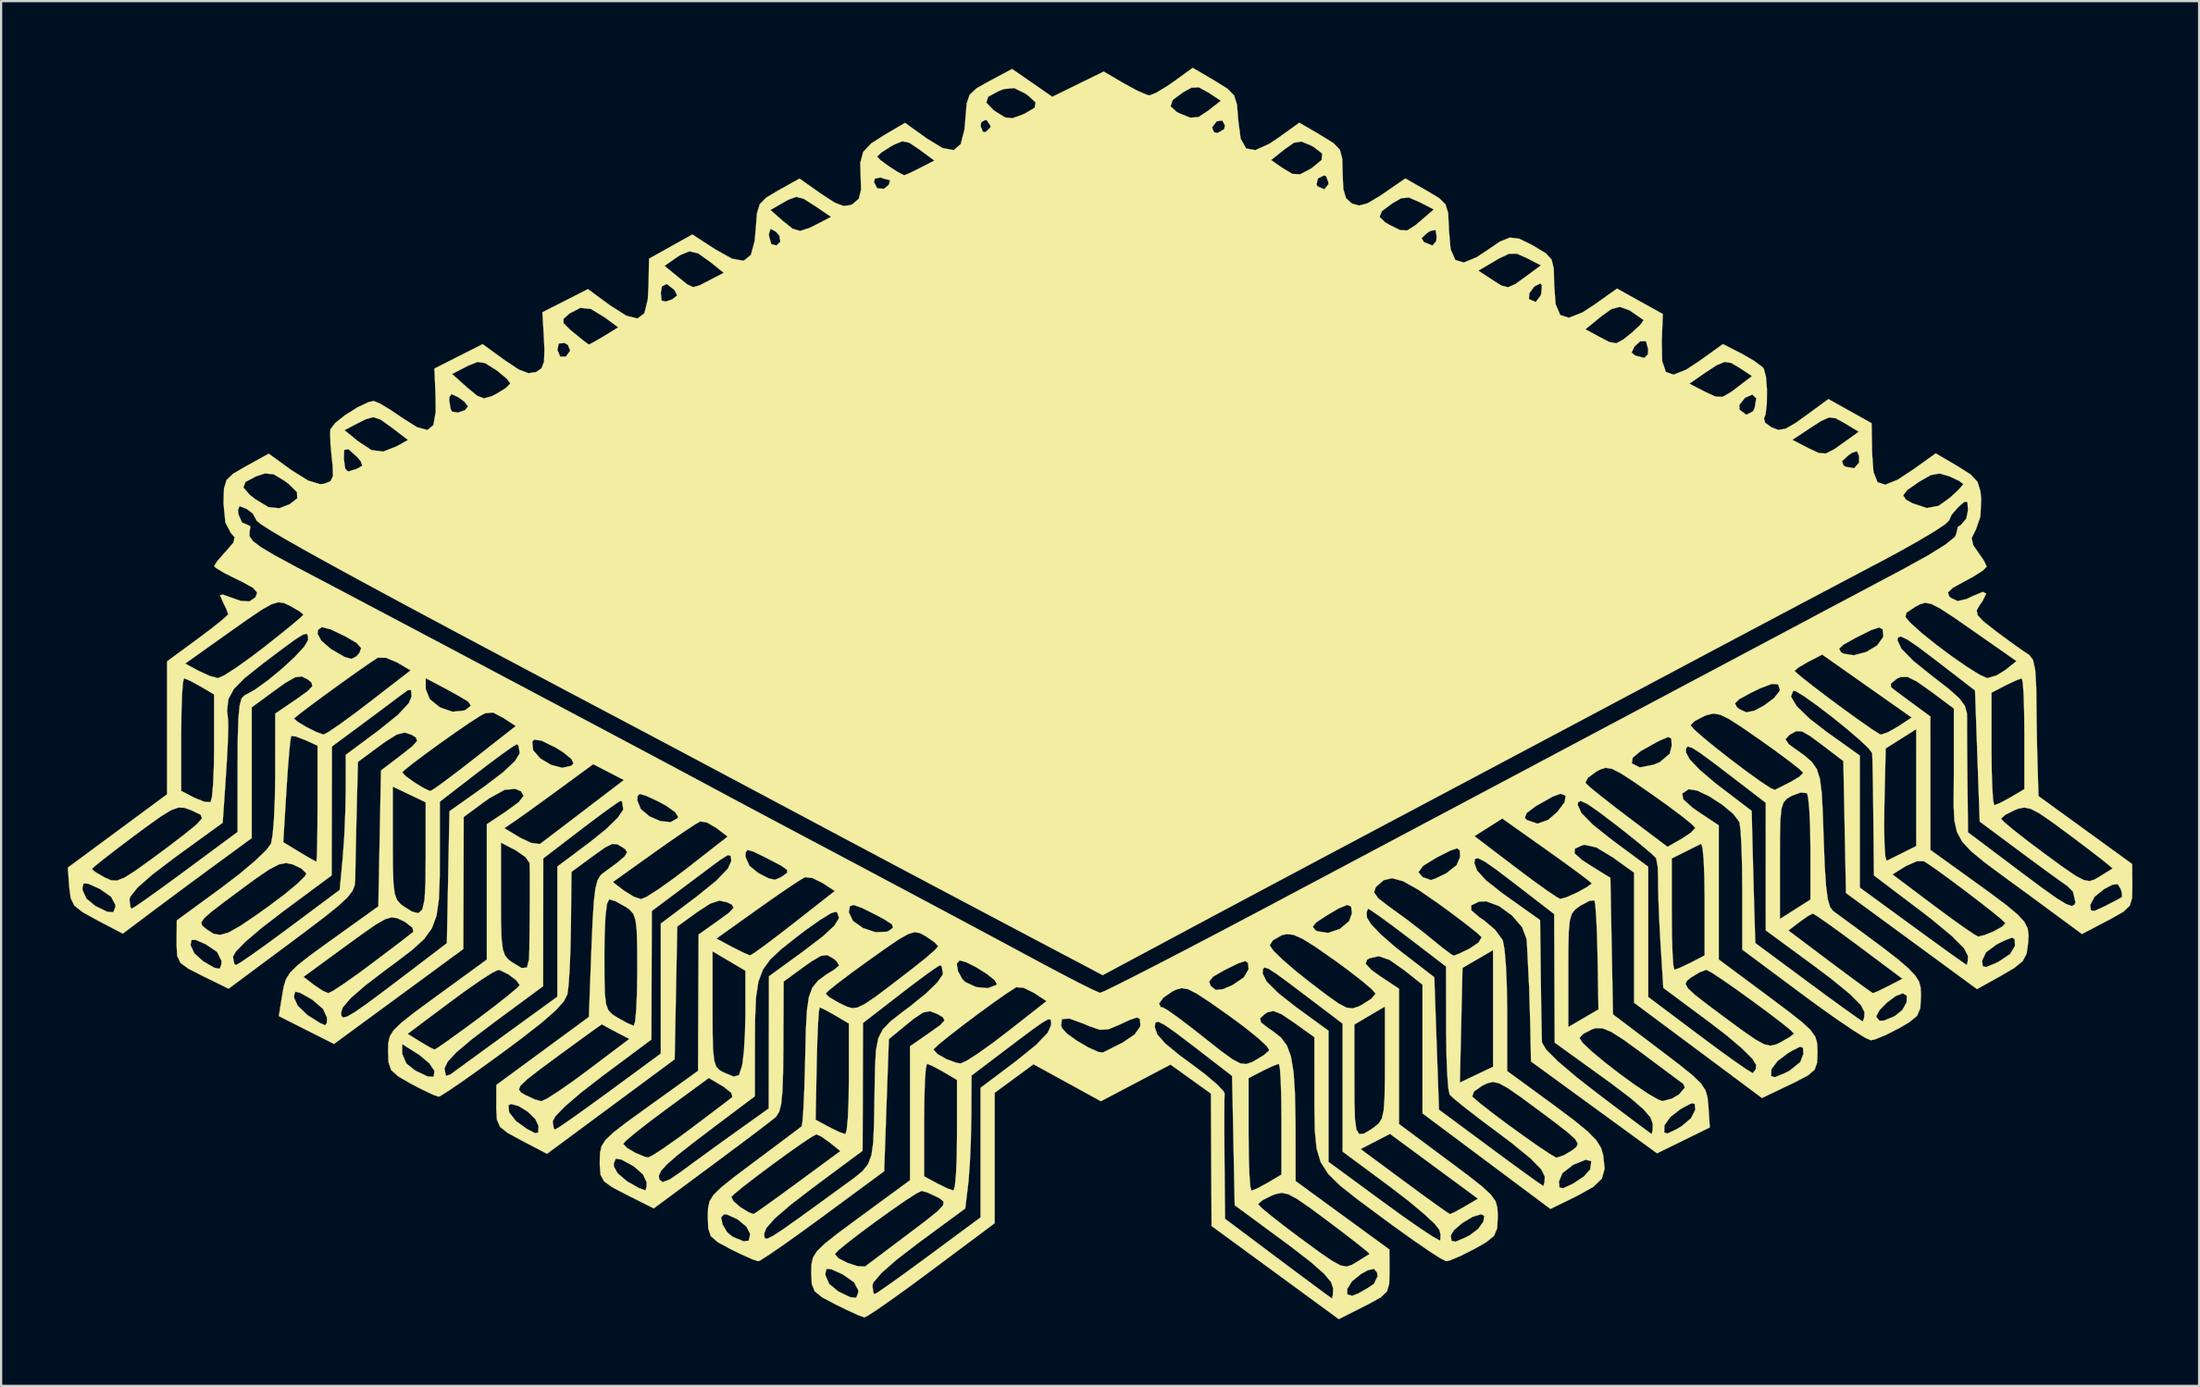
<source format=kicad_pcb>
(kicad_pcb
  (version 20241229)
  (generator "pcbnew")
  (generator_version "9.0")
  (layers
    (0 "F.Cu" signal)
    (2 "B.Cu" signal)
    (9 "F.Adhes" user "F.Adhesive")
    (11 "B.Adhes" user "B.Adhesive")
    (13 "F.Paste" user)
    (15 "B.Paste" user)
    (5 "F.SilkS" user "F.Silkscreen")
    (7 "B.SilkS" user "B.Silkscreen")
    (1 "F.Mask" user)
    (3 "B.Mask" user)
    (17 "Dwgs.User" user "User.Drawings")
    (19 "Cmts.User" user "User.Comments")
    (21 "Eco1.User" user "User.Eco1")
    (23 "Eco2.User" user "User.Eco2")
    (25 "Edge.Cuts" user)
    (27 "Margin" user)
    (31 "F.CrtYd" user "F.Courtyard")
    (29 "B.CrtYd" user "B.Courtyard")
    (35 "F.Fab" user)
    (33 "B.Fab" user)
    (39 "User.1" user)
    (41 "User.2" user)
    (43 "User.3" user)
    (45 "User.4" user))
  (footprint "Chip"
    (layer "F.Cu")
    (at 46.593 28.129)
    (property "Reference" "Chip" (at 0 0 0) (layer "F.SilkS") (effects (font (size 1.524 1.524) (thickness 0.3))))
    (attr through_hole)
    (fp_poly (pts (xy 5.04 -27.542) (xy 5.605 -27.191) (xy 5.908 -26.886) (xy 6.04 -26.474) (xy 6.094 -25.798) (xy 6.096 -25.768) (xy 6.205 -24.937) (xy 6.45 -24.493) (xy 6.867 -24.419) (xy 7.492 -24.7) (xy 7.916 -24.984) (xy 8.849 -25.654) (xy 9.822 -25.083) (xy 10.384 -24.734) (xy 10.673 -24.436) (xy 10.78 -24.028) (xy 10.795 -23.377) (xy 10.827 -22.668) (xy 10.947 -22.259) (xy 11.194 -22.027) (xy 11.221 -22.012) (xy 11.537 -21.922) (xy 11.915 -22.023) (xy 12.471 -22.353) (xy 12.632 -22.463) (xy 13.619 -23.142) (xy 14.588 -22.591) (xy 15.136 -22.262) (xy 15.427 -21.977) (xy 15.546 -21.585) (xy 15.578 -20.938) (xy 15.58 -20.835) (xy 15.657 -19.957) (xy 15.871 -19.471) (xy 16.254 -19.358) (xy 16.838 -19.6) (xy 17.252 -19.875) (xy 17.878 -20.3) (xy 18.323 -20.481) (xy 18.743 -20.431) (xy 19.295 -20.162) (xy 19.483 -20.055) (xy 19.954 -19.765) (xy 20.203 -19.489) (xy 20.301 -19.084) (xy 20.318 -18.406) (xy 20.318 -18.37) (xy 20.382 -17.487) (xy 20.593 -16.993) (xy 20.983 -16.871) (xy 21.585 -17.106) (xy 22.131 -17.46) (xy 23.149 -18.184) (xy 25.209 -17.039) (xy 25.161 -15.799) (xy 25.18 -14.922) (xy 25.346 -14.432) (xy 25.695 -14.308) (xy 26.261 -14.533) (xy 26.861 -14.928) (xy 27.915 -15.685) (xy 28.76 -15.254) (xy 29.309 -14.938) (xy 29.687 -14.657) (xy 29.755 -14.579) (xy 29.852 -14.217) (xy 29.898 -13.639) (xy 29.892 -13.015) (xy 29.835 -12.518) (xy 29.763 -12.336) (xy 29.814 -12.146) (xy 30.1 -11.936) (xy 30.41 -11.821) (xy 30.73 -11.872) (xy 31.177 -12.127) (xy 31.622 -12.444) (xy 32.664 -13.209) (xy 33.636 -12.666) (xy 34.608 -12.123) (xy 34.63 -10.771) (xy 34.692 -9.931) (xy 34.875 -9.465) (xy 35.223 -9.353) (xy 35.783 -9.579) (xy 36.475 -10.034) (xy 37.496 -10.764) (xy 38.486 -10.184) (xy 39.07 -9.811) (xy 39.376 -9.483) (xy 39.506 -9.057) (xy 39.542 -8.701) (xy 39.505 -7.92) (xy 39.302 -7.33) (xy 39.299 -7.326) (xy 39.111 -6.949) (xy 39.185 -6.626) (xy 39.387 -6.337) (xy 39.669 -5.926) (xy 39.789 -5.666) (xy 39.619 -5.491) (xy 39.18 -5.211) (xy 38.823 -5.019) (xy 38.269 -4.714) (xy 38.047 -4.507) (xy 38.099 -4.33) (xy 38.173 -4.26) (xy 38.48 -4.114) (xy 38.881 -4.205) (xy 39.143 -4.331) (xy 39.618 -4.527) (xy 39.768 -4.451) (xy 39.595 -4.102) (xy 39.475 -3.936) (xy 39.339 -3.698) (xy 39.381 -3.476) (xy 39.658 -3.186) (xy 40.223 -2.743) (xy 40.275 -2.704) (xy 40.899 -2.244) (xy 41.422 -1.874) (xy 41.698 -1.693) (xy 41.872 -1.472) (xy 41.975 -1.004) (xy 42.02 -0.216) (xy 42.024 0.144) (xy 42.035 1.205) (xy 42.054 2.343) (xy 42.077 3.233) (xy 42.122 4.667) (xy 46.337 7.726) (xy 46.346 8.705) (xy 46.335 9.254) (xy 46.23 9.603) (xy 45.945 9.874) (xy 45.392 10.189) (xy 45.216 10.281) (xy 44.078 10.877) (xy 41.671 9.103) (xy 40.536 8.274) (xy 39.689 7.645) (xy 39.086 7.149) (xy 38.687 6.719) (xy 38.452 6.286) (xy 38.337 5.784) (xy 38.303 5.144) (xy 38.307 4.3) (xy 38.312 3.607) (xy 38.312 0.725) (xy 37.251 -0.067) (xy 36.634 -0.5) (xy 36.227 -0.697) (xy 35.92 -0.696) (xy 35.746 -0.621) (xy 35.474 -0.39) (xy 35.484 -0.233) (xy 35.755 -0.024) (xy 36.226 0.327) (xy 36.46 0.499) (xy 37.253 1.08) (xy 37.255 4.085) (xy 37.256 7.091) (xy 38.874 8.255) (xy 39.924 9.014) (xy 40.677 9.578) (xy 41.181 9.999) (xy 41.483 10.327) (xy 41.631 10.616) (xy 41.673 10.915) (xy 41.656 11.269) (xy 41.587 11.76) (xy 41.407 12.102) (xy 41.022 12.413) (xy 40.474 12.734) (xy 39.355 13.358) (xy 33.455 9.031) (xy 33.396 6.061) (xy 33.337 3.09) (xy 32.421 2.392) (xy 31.84 1.961) (xy 31.477 1.756) (xy 31.22 1.742) (xy 30.955 1.883) (xy 30.903 1.918) (xy 30.731 2.108) (xy 30.871 2.322) (xy 31.104 2.496) (xy 31.579 2.833) (xy 31.916 3.126) (xy 32.142 3.452) (xy 32.282 3.892) (xy 32.363 4.525) (xy 32.411 5.43) (xy 32.448 6.546) (xy 32.497 7.806) (xy 32.557 8.704) (xy 32.634 9.302) (xy 32.738 9.66) (xy 32.872 9.838) (xy 34.132 10.761) (xy 35.092 11.474) (xy 35.792 12.016) (xy 36.273 12.428) (xy 36.576 12.749) (xy 36.743 13.019) (xy 36.814 13.277) (xy 36.83 13.564) (xy 36.83 13.676) (xy 36.802 14.215) (xy 36.654 14.563) (xy 36.29 14.86) (xy 35.851 15.116) (xy 35.24 15.428) (xy 34.748 15.626) (xy 34.572 15.663) (xy 34.307 15.542) (xy 33.771 15.207) (xy 33.026 14.702) (xy 32.137 14.069) (xy 31.529 13.622) (xy 28.787 11.58) (xy 28.787 8.876) (xy 28.777 7.823) (xy 28.75 6.905) (xy 28.71 6.215) (xy 28.66 5.846) (xy 28.655 5.831) (xy 28.383 5.469) (xy 27.89 5.058) (xy 27.305 4.679) (xy 26.76 4.418) (xy 26.385 4.357) (xy 26.368 4.362) (xy 26.081 4.555) (xy 26.132 4.816) (xy 26.54 5.185) (xy 26.882 5.423) (xy 27.728 5.983) (xy 27.728 12.024) (xy 29.951 13.677) (xy 30.855 14.355) (xy 31.474 14.842) (xy 31.86 15.202) (xy 32.069 15.495) (xy 32.155 15.783) (xy 32.173 16.129) (xy 32.173 16.199) (xy 32.155 16.674) (xy 32.042 16.988) (xy 31.747 17.243) (xy 31.183 17.54) (xy 30.924 17.664) (xy 29.674 18.262) (xy 28.352 17.276) (xy 30.084 17.276) (xy 30.253 17.327) (xy 30.679 17.153) (xy 30.914 17.034) (xy 31.397 16.646) (xy 31.538 16.273) (xy 31.519 15.999) (xy 31.389 15.952) (xy 31.04 16.128) (xy 30.851 16.237) (xy 30.38 16.592) (xy 30.11 16.946) (xy 30.095 16.998) (xy 30.084 17.276) (xy 28.352 17.276) (xy 26.796 16.117) (xy 23.918 13.973) (xy 23.918 8.115) (xy 22.965 7.43) (xy 22.221 6.98) (xy 21.693 6.859) (xy 21.589 6.88) (xy 21.251 7.039) (xy 21.234 7.24) (xy 21.56 7.536) (xy 22.008 7.828) (xy 22.849 8.348) (xy 22.908 11.422) (xy 22.966 14.496) (xy 25.082 16.096) (xy 25.96 16.765) (xy 26.556 17.246) (xy 26.927 17.608) (xy 27.13 17.915) (xy 27.223 18.236) (xy 27.261 18.636) (xy 27.262 18.642) (xy 27.324 19.587) (xy 24.95 20.752) (xy 22.113 18.684) (xy 19.276 16.616) (xy 19.247 15.134) (xy 19.195 13.327) (xy 19.103 11.495) (xy 19.08 11.113) (xy 18.88 10.575) (xy 18.425 10.045) (xy 17.842 9.621) (xy 17.257 9.403) (xy 16.933 9.419) (xy 16.584 9.589) (xy 16.585 9.805) (xy 16.952 10.124) (xy 17.164 10.266) (xy 17.661 10.687) (xy 17.994 11.143) (xy 18.01 11.179) (xy 18.084 11.573) (xy 18.145 12.291) (xy 18.187 13.232) (xy 18.203 14.296) (xy 18.203 14.358) (xy 18.203 17.047) (xy 20.297 18.578) (xy 21.209 19.261) (xy 21.829 19.769) (xy 22.216 20.165) (xy 22.429 20.507) (xy 22.523 20.821) (xy 22.59 21.445) (xy 22.466 21.891) (xy 22.084 22.261) (xy 21.375 22.657) (xy 21.287 22.701) (xy 20.152 23.257) (xy 17.273 21.106) (xy 14.393 18.954) (xy 14.393 13.159) (xy 13.569 12.506) (xy 12.914 12.046) (xy 12.432 11.876) (xy 12.018 11.965) (xy 11.897 12.034) (xy 11.832 12.217) (xy 12.105 12.508) (xy 12.479 12.774) (xy 13.335 13.341) (xy 13.335 19.433) (xy 15.557 21.086) (xy 16.462 21.763) (xy 17.08 22.25) (xy 17.466 22.609) (xy 17.676 22.902) (xy 17.762 23.191) (xy 17.78 23.538) (xy 17.78 23.612) (xy 17.753 24.129) (xy 17.611 24.467) (xy 17.26 24.756) (xy 16.746 25.049) (xy 16.13 25.361) (xy 15.647 25.566) (xy 15.465 25.612) (xy 15.218 25.491) (xy 14.697 25.158) (xy 13.966 24.655) (xy 13.088 24.026) (xy 12.504 23.596) (xy 11.445 22.81) (xy 10.673 22.198) (xy 10.142 21.673) (xy 9.807 21.147) (xy 9.623 20.531) (xy 9.545 19.736) (xy 9.527 18.675) (xy 9.527 17.763) (xy 9.525 15.523) (xy 8.602 14.861) (xy 8.04 14.484) (xy 7.683 14.343) (xy 7.412 14.403) (xy 7.293 14.48) (xy 7.082 14.675) (xy 7.122 14.857) (xy 7.462 15.124) (xy 7.663 15.257) (xy 8.022 15.541) (xy 8.287 15.897) (xy 8.47 16.391) (xy 8.586 17.086) (xy 8.65 18.049) (xy 8.674 19.345) (xy 8.676 19.943) (xy 8.678 22.001) (xy 10.789 23.542) (xy 12.9 25.082) (xy 12.906 26.072) (xy 12.894 26.626) (xy 12.79 26.975) (xy 12.507 27.241) (xy 11.955 27.545) (xy 11.768 27.64) (xy 10.624 28.219) (xy 4.897 24.024) (xy 4.868 18.063) (xy 3.05 16.757) (xy 1.482 17.582) (xy -0.085 18.407) (xy -1.602 17.574) (xy -3.119 16.742) (xy -3.994 17.385) (xy -4.868 18.028) (xy -4.868 23.9) (xy -7.713 26.026) (xy -8.666 26.73) (xy -9.504 27.334) (xy -10.167 27.796) (xy -10.597 28.075) (xy -10.73 28.139) (xy -10.998 28.043) (xy -11.517 27.808) (xy -12.012 27.566) (xy -12.635 27.235) (xy -12.967 26.966) (xy -13.099 26.642) (xy -13.118 26.243) (xy -12.488 26.243) (xy -12.312 26.639) (xy -11.906 26.972) (xy -11.368 27.233) (xy -11.098 27.254) (xy -11.01 27.03) (xy -11.007 26.921) (xy -11.121 26.702) (xy -10.372 26.702) (xy -10.326 27.029) (xy -10.271 27.093) (xy -10.074 26.974) (xy -9.602 26.648) (xy -8.921 26.16) (xy -8.094 25.556) (xy -7.837 25.366) (xy -5.503 23.639) (xy -5.503 17.804) (xy -3.916 16.609) (xy -3.01 15.877) (xy -2.482 15.327) (xy -2.334 14.997) (xy -1.875 14.997) (xy -1.836 15.114) (xy -1.607 15.366) (xy -1.16 15.687) (xy -0.642 15.99) (xy -0.198 16.188) (xy 0 16.214) (xy 0.238 16.098) (xy 0.707 15.861) (xy 0.9 15.763) (xy 1.43 15.404) (xy 1.678 15.054) (xy 2.339 15.054) (xy 2.339 15.066) (xy 2.453 15.399) (xy 2.813 15.81) (xy 3.47 16.348) (xy 3.932 16.686) (xy 4.624 17.206) (xy 5.155 17.659) (xy 5.449 17.976) (xy 5.484 18.062) (xy 5.474 18.358) (xy 5.47 18.988) (xy 5.471 19.863) (xy 5.477 20.892) (xy 5.478 21.005) (xy 5.503 23.7) (xy 7.885 25.487) (xy 8.744 26.13) (xy 9.473 26.672) (xy 10.009 27.068) (xy 10.292 27.272) (xy 10.319 27.289) (xy 10.359 27.123) (xy 10.36 27.104) (xy 11.005 27.104) (xy 11.229 27.168) (xy 11.483 27.073) (xy 11.955 26.801) (xy 12.211 26.626) (xy 12.373 26.28) (xy 12.348 26.127) (xy 12.209 25.954) (xy 11.933 26.016) (xy 11.619 26.188) (xy 11.216 26.517) (xy 11.006 26.855) (xy 11.005 27.104) (xy 10.36 27.104) (xy 10.369 26.829) (xy 10.273 26.547) (xy 9.959 26.173) (xy 9.386 25.666) (xy 8.51 24.986) (xy 8.153 24.721) (xy 5.939 23.089) (xy 5.938 23.044) (xy 6.993 23.044) (xy 7.156 23.216) (xy 7.593 23.58) (xy 8.236 24.081) (xy 8.922 24.595) (xy 9.756 25.206) (xy 10.326 25.597) (xy 10.707 25.802) (xy 10.975 25.852) (xy 11.205 25.78) (xy 11.401 25.665) (xy 11.807 25.412) (xy 12.013 25.286) (xy 12.014 25.286) (xy 11.878 25.155) (xy 11.467 24.824) (xy 10.847 24.344) (xy 10.157 23.822) (xy 9.323 23.203) (xy 8.746 22.806) (xy 8.35 22.594) (xy 8.056 22.532) (xy 7.786 22.585) (xy 7.615 22.65) (xy 7.184 22.866) (xy 6.993 23.036) (xy 6.993 23.044) (xy 5.938 23.044) (xy 5.823 17.368) (xy 6.562 17.368) (xy 6.562 19.902) (xy 6.572 20.882) (xy 6.598 21.685) (xy 6.638 22.231) (xy 6.687 22.437) (xy 6.688 22.437) (xy 6.939 22.339) (xy 7.381 22.101) (xy 7.429 22.074) (xy 8.043 21.71) (xy 8.043 19.216) (xy 8.034 18.245) (xy 8.009 17.451) (xy 7.972 16.915) (xy 7.927 16.722) (xy 7.677 16.81) (xy 7.227 17.024) (xy 7.186 17.045) (xy 6.562 17.368) (xy 5.823 17.368) (xy 5.821 17.268) (xy 4.075 15.921) (xy 3.295 15.328) (xy 2.789 14.973) (xy 2.499 14.828) (xy 2.367 14.864) (xy 2.339 15.054) (xy 1.678 15.054) (xy 1.685 15.045) (xy 1.693 14.98) (xy 1.673 14.711) (xy 1.545 14.633) (xy 1.211 14.746) (xy 0.756 14.958) (xy 0.26 15.165) (xy -0.123 15.191) (xy -0.599 15.032) (xy -0.841 14.925) (xy -1.501 14.684) (xy -1.841 14.708) (xy -1.875 14.997) (xy -2.334 14.997) (xy -2.328 14.984) (xy -2.328 14.814) (xy -2.36 14.718) (xy -2.475 14.725) (xy -2.722 14.866) (xy -3.151 15.169) (xy -3.812 15.662) (xy -4.755 16.377) (xy -4.912 16.496) (xy -5.909 17.251) (xy -5.919 19.156) (xy -5.94 20.175) (xy -5.984 21.182) (xy -6.044 21.994) (xy -6.061 22.149) (xy -6.192 23.237) (xy -8.282 24.774) (xy -9.275 25.538) (xy -9.963 26.141) (xy -10.322 26.562) (xy -10.372 26.702) (xy -11.121 26.702) (xy -11.197 26.559) (xy -11.702 26.206) (xy -11.748 26.183) (xy -12.226 25.97) (xy -12.436 25.954) (xy -12.487 26.144) (xy -12.488 26.243) (xy -13.118 26.243) (xy -13.123 26.142) (xy -13.123 26.116) (xy -13.113 25.746) (xy -13.047 25.45) (xy -12.949 25.293) (xy -12.065 25.293) (xy -11.889 25.484) (xy -11.482 25.69) (xy -11.028 25.836) (xy -10.712 25.852) (xy -10.689 25.839) (xy -10.44 25.652) (xy -9.933 25.271) (xy -9.252 24.758) (xy -8.704 24.345) (xy -7.918 23.75) (xy -7.428 23.352) (xy -7.192 23.099) (xy -7.166 22.934) (xy -7.306 22.805) (xy -7.434 22.731) (xy -7.886 22.519) (xy -8.154 22.444) (xy -8.388 22.559) (xy -8.865 22.866) (xy -9.5 23.305) (xy -10.208 23.814) (xy -10.904 24.329) (xy -11.502 24.789) (xy -11.917 25.132) (xy -12.065 25.293) (xy -12.949 25.293) (xy -12.869 25.165) (xy -12.526 24.83) (xy -11.962 24.381) (xy -11.123 23.759) (xy -10.901 23.596) (xy -8.678 21.965) (xy -8.678 19.255) (xy -8.043 19.255) (xy -8.043 21.788) (xy -7.461 22.104) (xy -7.005 22.329) (xy -6.721 22.428) (xy -6.72 22.428) (xy -6.659 22.234) (xy -6.608 21.698) (xy -6.574 20.904) (xy -6.562 19.942) (xy -6.562 17.448) (xy -7.176 17.085) (xy -7.629 16.838) (xy -7.906 16.723) (xy -7.917 16.722) (xy -7.966 16.92) (xy -8.006 17.459) (xy -8.033 18.258) (xy -8.043 19.234) (xy -8.043 19.255) (xy -8.678 19.255) (xy -8.678 16.079) (xy -7.62 16.079) (xy -7.447 16.278) (xy -7.045 16.508) (xy -6.592 16.675) (xy -6.401 16.707) (xy -6.134 16.589) (xy -5.618 16.258) (xy -4.934 15.769) (xy -4.333 15.31) (xy -2.678 14.014) (xy 2.531 14.014) (xy 2.612 14.171) (xy 2.699 14.182) (xy 2.921 14.307) (xy 3.394 14.643) (xy 4.04 15.134) (xy 4.55 15.536) (xy 5.319 16.144) (xy 5.84 16.52) (xy 6.193 16.704) (xy 6.458 16.733) (xy 6.717 16.644) (xy 6.812 16.596) (xy 7.257 16.327) (xy 7.497 16.114) (xy 7.382 15.926) (xy 6.981 15.554) (xy 6.36 15.055) (xy 5.666 14.543) (xy 4.818 13.947) (xy 4.237 13.565) (xy 3.843 13.364) (xy 3.559 13.313) (xy 3.308 13.378) (xy 3.13 13.464) (xy 2.724 13.746) (xy 2.531 14.014) (xy -2.678 14.014) (xy -2.532 13.899) (xy -3.105 13.523) (xy -3.564 13.3) (xy -3.892 13.272) (xy -3.903 13.277) (xy -4.323 13.548) (xy -4.921 13.967) (xy -5.61 14.47) (xy -6.309 14.995) (xy -6.931 15.478) (xy -7.394 15.855) (xy -7.613 16.063) (xy -7.62 16.079) (xy -8.678 16.079) (xy -8.678 15.933) (xy -7.818 15.336) (xy -7.316 14.978) (xy -7.123 14.769) (xy -7.2 14.622) (xy -7.448 14.478) (xy -7.777 14.352) (xy -8.091 14.413) (xy -8.523 14.702) (xy -8.784 14.913) (xy -9.631 15.611) (xy -9.737 18.585) (xy -9.842 21.559) (xy -12.589 23.585) (xy -13.527 24.27) (xy -14.349 24.856) (xy -14.993 25.3) (xy -15.4 25.561) (xy -15.506 25.612) (xy -15.777 25.523) (xy -16.291 25.293) (xy -16.729 25.079) (xy -17.33 24.755) (xy -17.643 24.483) (xy -17.762 24.134) (xy -17.779 23.637) (xy -17.182 23.637) (xy -17.116 23.96) (xy -16.908 24.308) (xy -16.669 24.507) (xy -16.169 24.714) (xy -15.935 24.684) (xy -15.875 24.401) (xy -15.875 24.376) (xy -15.885 24.357) (xy -15.24 24.357) (xy -15.237 24.506) (xy -15.2 24.593) (xy -15.084 24.589) (xy -14.847 24.47) (xy -14.446 24.21) (xy -13.836 23.781) (xy -12.974 23.159) (xy -11.817 22.316) (xy -11.691 22.225) (xy -11.175 21.85) (xy -10.807 21.546) (xy -10.563 21.233) (xy -10.414 20.834) (xy -10.334 20.267) (xy -10.298 19.455) (xy -10.278 18.318) (xy -10.273 17.992) (xy -10.253 16.89) (xy -10.211 16.117) (xy -10.108 15.576) (xy -9.903 15.174) (xy -9.559 14.814) (xy -9.035 14.403) (xy -8.678 14.137) (xy -7.96 13.557) (xy -7.447 13.058) (xy -7.206 12.707) (xy -7.197 12.653) (xy -7.251 12.335) (xy -7.313 12.277) (xy -7.519 12.398) (xy -7.981 12.726) (xy -8.623 13.205) (xy -9.112 13.581) (xy -10.795 14.885) (xy -10.804 17.761) (xy -10.813 20.637) (xy -13.026 22.281) (xy -14.065 23.08) (xy -14.763 23.683) (xy -15.146 24.115) (xy -15.24 24.357) (xy -15.885 24.357) (xy -16.047 24.049) (xy -16.448 23.719) (xy -16.905 23.513) (xy -17.049 23.495) (xy -17.182 23.637) (xy -17.779 23.637) (xy -17.78 23.623) (xy -17.77 23.229) (xy -17.704 22.919) (xy -17.58 22.718) (xy -16.725 22.718) (xy -16.627 22.907) (xy -16.313 23.178) (xy -15.935 23.411) (xy -15.722 23.487) (xy -15.543 23.373) (xy -15.094 23.056) (xy -14.445 22.587) (xy -13.744 22.074) (xy -11.813 20.653) (xy -12.28 20.275) (xy -12.666 19.999) (xy -12.889 19.897) (xy -13.112 20.016) (xy -13.583 20.33) (xy -14.214 20.776) (xy -14.918 21.289) (xy -15.609 21.806) (xy -16.198 22.261) (xy -16.6 22.592) (xy -16.725 22.718) (xy -17.58 22.718) (xy -17.524 22.627) (xy -17.175 22.284) (xy -16.601 21.825) (xy -15.745 21.181) (xy -15.716 21.16) (xy -14.913 20.56) (xy -14.239 20.055) (xy -13.763 19.697) (xy -13.556 19.539) (xy -13.555 19.537) (xy -13.516 19.307) (xy -13.511 19.24) (xy -12.928 19.24) (xy -12.338 19.56) (xy -11.878 19.786) (xy -11.591 19.888) (xy -11.589 19.888) (xy -11.527 19.694) (xy -11.476 19.158) (xy -11.442 18.364) (xy -11.43 17.402) (xy -11.43 14.908) (xy -12.045 14.545) (xy -12.484 14.299) (xy -12.735 14.183) (xy -12.745 14.182) (xy -12.782 14.38) (xy -12.819 14.919) (xy -12.853 15.718) (xy -12.879 16.694) (xy -12.879 16.711) (xy -12.928 19.24) (xy -13.511 19.24) (xy -13.475 18.732) (xy -13.437 17.889) (xy -13.405 16.857) (xy -13.396 16.448) (xy -13.367 15.217) (xy -13.32 14.333) (xy -13.231 13.717) (xy -13.173 13.561) (xy -12.478 13.561) (xy -12.315 13.722) (xy -11.899 13.965) (xy -11.8 14.014) (xy -11.522 14.148) (xy -11.292 14.216) (xy -11.047 14.189) (xy -10.723 14.035) (xy -10.257 13.723) (xy -9.588 13.221) (xy -8.651 12.499) (xy -8.52 12.398) (xy -8.291 12.215) (xy -6.574 12.215) (xy -6.518 12.554) (xy -6.321 12.912) (xy -6.191 13.04) (xy -5.702 13.267) (xy -5.178 13.317) (xy -4.805 13.179) (xy -4.768 13.131) (xy -4.872 12.95) (xy -5.227 12.669) (xy -5.699 12.372) (xy -6.158 12.144) (xy -6.447 12.065) (xy -6.574 12.215) (xy -8.291 12.215) (xy -7.956 11.948) (xy -7.556 11.598) (xy -7.408 11.429) (xy -7.569 11.253) (xy -7.958 10.983) (xy -7.972 10.975) (xy -8.226 10.836) (xy -8.463 10.793) (xy -8.756 10.877) (xy -9.184 11.119) (xy -9.82 11.553) (xy -10.501 12.037) (xy -11.281 12.603) (xy -11.917 13.082) (xy -12.338 13.421) (xy -12.478 13.561) (xy -13.173 13.561) (xy -13.073 13.292) (xy -12.821 12.98) (xy -12.45 12.705) (xy -12.084 12.48) (xy -11.869 12.295) (xy -11.989 12.095) (xy -12.136 11.976) (xy -12.4 11.827) (xy -12.687 11.861) (xy -13.115 12.111) (xy -13.446 12.346) (xy -14.367 13.018) (xy -14.38 15.93) (xy -14.392 17.123) (xy -14.422 17.965) (xy -14.477 18.526) (xy -14.566 18.878) (xy -14.698 19.093) (xy -14.764 19.155) (xy -15.061 19.388) (xy -15.627 19.82) (xy -16.392 20.395) (xy -17.285 21.061) (xy -17.674 21.35) (xy -20.214 23.232) (xy -21.431 22.62) (xy -22.089 22.276) (xy -22.453 22.01) (xy -22.609 21.716) (xy -22.64 21.34) (xy -22.013 21.34) (xy -21.841 21.65) (xy -21.418 22.011) (xy -20.886 22.315) (xy -20.585 22.423) (xy -20.54 22.26) (xy -20.532 22.059) (xy -20.67 21.765) (xy -19.986 21.765) (xy -19.964 21.931) (xy -19.812 22.05) (xy -19.486 21.926) (xy -18.974 21.574) (xy -18.379 21.136) (xy -17.588 20.561) (xy -16.752 19.958) (xy -16.568 19.826) (xy -15.038 18.733) (xy -15.028 12.783) (xy -13.447 11.63) (xy -12.592 10.976) (xy -12.076 10.496) (xy -11.871 10.157) (xy -11.949 9.923) (xy -11.967 9.91) (xy -11.43 9.91) (xy -11.245 10.29) (xy -10.794 10.609) (xy -10.234 10.796) (xy -9.724 10.775) (xy -9.644 10.741) (xy -9.441 10.595) (xy -9.491 10.44) (xy -9.848 10.209) (xy -10.174 10.035) (xy -10.84 9.701) (xy -11.218 9.567) (xy -11.387 9.626) (xy -11.43 9.869) (xy -11.43 9.91) (xy -11.967 9.91) (xy -12.019 9.871) (xy -12.246 9.948) (xy -12.722 10.24) (xy -13.365 10.694) (xy -13.789 11.016) (xy -14.474 11.56) (xy -14.967 12.02) (xy -15.3 12.479) (xy -15.504 13.023) (xy -15.611 13.736) (xy -15.653 14.702) (xy -15.661 16.006) (xy -15.661 16.024) (xy -15.663 18.184) (xy -17.41 19.497) (xy -18.435 20.275) (xy -19.161 20.848) (xy -19.631 21.259) (xy -19.892 21.551) (xy -19.986 21.765) (xy -20.67 21.765) (xy -20.7 21.7) (xy -21.11 21.34) (xy -21.146 21.318) (xy -21.666 21.035) (xy -21.924 20.992) (xy -22.008 21.19) (xy -22.013 21.34) (xy -22.64 21.34) (xy -22.644 21.285) (xy -22.644 21.111) (xy -22.633 20.737) (xy -22.566 20.439) (xy -22.495 20.326) (xy -21.59 20.326) (xy -21.422 20.506) (xy -21.04 20.732) (xy -20.628 20.905) (xy -20.466 20.941) (xy -20.235 20.827) (xy -19.748 20.508) (xy -19.084 20.039) (xy -18.561 19.653) (xy -17.82 19.094) (xy -17.204 18.627) (xy -16.793 18.312) (xy -16.671 18.215) (xy -16.723 18.033) (xy -17.056 17.762) (xy -17.124 17.72) (xy -17.734 17.36) (xy -19.662 18.773) (xy -20.43 19.348) (xy -21.053 19.836) (xy -21.462 20.182) (xy -21.59 20.326) (xy -22.495 20.326) (xy -22.388 20.156) (xy -22.043 19.826) (xy -21.476 19.385) (xy -20.631 18.772) (xy -20.429 18.627) (xy -18.219 17.039) (xy -18.208 14.262) (xy -17.568 14.262) (xy -17.564 15.354) (xy -17.544 16.098) (xy -17.494 16.571) (xy -17.403 16.848) (xy -17.256 17.007) (xy -17.092 17.098) (xy -16.617 17.298) (xy -16.381 17.238) (xy -16.252 16.856) (xy -16.219 16.695) (xy -16.156 16.168) (xy -16.109 15.373) (xy -16.087 14.463) (xy -16.087 14.282) (xy -16.087 12.53) (xy -16.828 12.093) (xy -17.568 11.656) (xy -17.568 14.262) (xy -18.208 14.262) (xy -18.207 13.97) (xy -18.195 11.083) (xy -17.394 11.083) (xy -16.687 11.459) (xy -16.204 11.704) (xy -15.902 11.835) (xy -15.875 11.841) (xy -15.676 11.721) (xy -15.217 11.39) (xy -14.57 10.901) (xy -13.916 10.394) (xy -12.062 8.941) (xy -12.61 8.582) (xy -13.071 8.356) (xy -13.405 8.318) (xy -13.671 8.474) (xy -14.197 8.823) (xy -14.902 9.309) (xy -15.523 9.748) (xy -17.394 11.083) (xy -18.195 11.083) (xy -18.194 10.901) (xy -17.317 10.279) (xy -16.813 9.91) (xy -16.618 9.697) (xy -16.692 9.558) (xy -16.902 9.451) (xy -17.258 9.374) (xy -17.664 9.504) (xy -18.248 9.883) (xy -18.261 9.892) (xy -19.156 10.54) (xy -19.215 13.53) (xy -19.273 16.52) (xy -22.146 18.647) (xy -25.019 20.773) (xy -26.161 20.176) (xy -26.792 19.832) (xy -27.133 19.561) (xy -27.273 19.241) (xy -27.302 18.754) (xy -27.301 18.627) (xy -27.301 18.592) (xy -26.754 18.592) (xy -26.726 18.904) (xy -26.416 19.299) (xy -25.929 19.652) (xy -25.549 19.848) (xy -25.416 19.816) (xy -25.4 19.525) (xy -25.4 19.519) (xy -25.495 19.314) (xy -24.765 19.314) (xy -24.716 19.629) (xy -24.66 19.685) (xy -24.461 19.567) (xy -23.987 19.242) (xy -23.303 18.756) (xy -22.475 18.156) (xy -22.226 17.974) (xy -19.897 16.262) (xy -19.897 10.409) (xy -18.309 9.214) (xy -17.404 8.482) (xy -16.876 7.933) (xy -16.722 7.59) (xy -16.743 7.397) (xy -16.087 7.397) (xy -15.907 7.806) (xy -15.505 8.134) (xy -15.033 8.376) (xy -14.757 8.434) (xy -14.505 8.329) (xy -14.399 8.263) (xy -14.209 8.121) (xy -14.211 7.99) (xy -14.463 7.807) (xy -15.024 7.513) (xy -15.187 7.43) (xy -15.728 7.166) (xy -15.992 7.091) (xy -16.079 7.202) (xy -16.087 7.397) (xy -16.743 7.397) (xy -16.749 7.351) (xy -16.887 7.329) (xy -17.223 7.539) (xy -17.522 7.76) (xy -18.173 8.248) (xy -18.934 8.818) (xy -19.313 9.102) (xy -20.303 9.842) (xy -20.32 15.63) (xy -22.543 17.286) (xy -23.491 18.021) (xy -24.205 18.634) (xy -24.642 19.085) (xy -24.765 19.314) (xy -25.495 19.314) (xy -25.545 19.206) (xy -25.891 18.875) (xy -26.302 18.619) (xy -26.643 18.531) (xy -26.754 18.592) (xy -27.301 18.592) (xy -27.3 17.882) (xy -26.286 17.882) (xy -26.189 18.012) (xy -26.014 18.119) (xy -25.554 18.332) (xy -25.274 18.407) (xy -25.019 18.29) (xy -24.509 17.965) (xy -23.822 17.485) (xy -23.177 17.009) (xy -21.314 15.603) (xy -21.928 15.281) (xy -22.347 15.057) (xy -22.544 14.943) (xy -22.546 14.941) (xy -22.707 15.051) (xy -23.142 15.363) (xy -23.784 15.829) (xy -24.536 16.38) (xy -25.379 17.003) (xy -25.924 17.428) (xy -26.211 17.704) (xy -26.286 17.882) (xy -27.3 17.882) (xy -27.299 17.674) (xy -25.217 16.143) (xy -23.134 14.612) (xy -23.029 11.8) (xy -22.436 11.8) (xy -22.433 12.859) (xy -22.414 13.576) (xy -22.361 14.032) (xy -22.258 14.309) (xy -22.088 14.488) (xy -21.854 14.639) (xy -21.403 14.889) (xy -21.118 15.008) (xy -21.114 15.009) (xy -21.052 14.819) (xy -21.002 14.287) (xy -20.968 13.494) (xy -20.955 12.522) (xy -20.955 12.513) (xy -20.959 11.444) (xy -20.98 10.717) (xy -21.034 10.252) (xy -21.135 9.967) (xy -21.298 9.782) (xy -21.477 9.655) (xy -21.924 9.407) (xy -22.218 9.313) (xy -22.319 9.519) (xy -22.391 10.115) (xy -22.43 11.068) (xy -22.436 11.8) (xy -23.029 11.8) (xy -23.018 11.521) (xy -22.966 10.293) (xy -22.91 9.419) (xy -22.84 8.832) (xy -22.765 8.538) (xy -22.056 8.538) (xy -21.558 8.921) (xy -21.108 9.201) (xy -20.782 9.309) (xy -20.509 9.187) (xy -19.988 8.853) (xy -19.299 8.362) (xy -18.695 7.902) (xy -16.888 6.491) (xy -17.387 6.107) (xy -17.816 5.857) (xy -18.119 5.806) (xy -18.379 5.958) (xy -18.9 6.303) (xy -19.599 6.786) (xy -20.205 7.214) (xy -22.056 8.538) (xy -22.765 8.538) (xy -22.746 8.462) (xy -22.616 8.242) (xy -22.511 8.148) (xy -21.867 7.675) (xy -21.518 7.378) (xy -21.414 7.193) (xy -21.503 7.055) (xy -21.59 6.992) (xy -21.853 6.836) (xy -22.083 6.819) (xy -22.397 6.976) (xy -22.915 7.342) (xy -23.03 7.427) (xy -23.918 8.08) (xy -23.943 10.549) (xy -23.965 11.587) (xy -24.003 12.519) (xy -24.054 13.235) (xy -24.102 13.594) (xy -24.259 13.905) (xy -24.627 14.315) (xy -25.246 14.859) (xy -26.155 15.571) (xy -26.982 16.186) (xy -27.92 16.868) (xy -28.742 17.452) (xy -29.385 17.894) (xy -29.789 18.153) (xy -29.894 18.203) (xy -30.158 18.11) (xy -30.665 17.868) (xy -31.117 17.633) (xy -31.718 17.287) (xy -32.033 17.003) (xy -32.154 16.653) (xy -32.169 16.271) (xy -31.538 16.271) (xy -31.351 16.707) (xy -30.956 17.024) (xy -30.397 17.29) (xy -30.125 17.307) (xy -30.085 17.075) (xy -30.094 17.029) (xy -30.144 16.955) (xy -29.633 16.955) (xy -29.57 17.262) (xy -29.369 17.207) (xy -29.105 17.012) (xy -28.572 16.622) (xy -27.842 16.09) (xy -26.989 15.47) (xy -26.829 15.353) (xy -24.553 13.7) (xy -24.553 7.838) (xy -23.072 6.729) (xy -22.353 6.149) (xy -21.84 5.65) (xy -21.6 5.298) (xy -21.59 5.244) (xy -21.636 4.926) (xy -21.688 4.868) (xy -21.887 4.989) (xy -22.344 5.314) (xy -22.984 5.789) (xy -23.487 6.171) (xy -25.188 7.474) (xy -25.191 10.351) (xy -25.194 13.229) (xy -27.413 14.865) (xy -28.419 15.629) (xy -29.1 16.205) (xy -29.492 16.626) (xy -29.632 16.926) (xy -29.633 16.955) (xy -30.144 16.955) (xy -30.307 16.709) (xy -30.745 16.337) (xy -30.85 16.268) (xy -31.538 15.833) (xy -31.538 16.271) (xy -32.169 16.271) (xy -32.173 16.165) (xy -32.164 15.792) (xy -32.099 15.495) (xy -32.024 15.373) (xy -31.295 15.373) (xy -30.729 15.724) (xy -30.311 15.97) (xy -30.084 16.081) (xy -30.081 16.081) (xy -29.889 15.965) (xy -29.431 15.645) (xy -28.778 15.173) (xy -28.123 14.69) (xy -27.368 14.118) (xy -26.759 13.638) (xy -26.363 13.305) (xy -26.247 13.178) (xy -26.407 12.955) (xy -26.764 12.688) (xy -27.126 12.511) (xy -27.215 12.495) (xy -27.467 12.613) (xy -27.977 12.937) (xy -28.668 13.417) (xy -29.369 13.931) (xy -31.295 15.373) (xy -32.024 15.373) (xy -31.923 15.211) (xy -31.583 14.879) (xy -31.022 14.435) (xy -30.187 13.82) (xy -29.951 13.648) (xy -27.728 12.028) (xy -27.728 9.282) (xy -27.093 9.282) (xy -27.088 10.357) (xy -27.065 11.089) (xy -27.009 11.559) (xy -26.907 11.848) (xy -26.746 12.036) (xy -26.617 12.134) (xy -26.162 12.41) (xy -25.922 12.387) (xy -25.828 12.019) (xy -25.813 11.589) (xy -25.799 10.205) (xy -25.792 9.067) (xy -25.793 8.229) (xy -25.8 7.745) (xy -25.803 7.678) (xy -25.989 7.413) (xy -26.413 7.115) (xy -26.458 7.091) (xy -27.093 6.762) (xy -27.093 9.282) (xy -27.728 9.282) (xy -27.728 6.111) (xy -26.937 6.111) (xy -26.233 6.539) (xy -25.73 6.775) (xy -25.36 6.825) (xy -25.305 6.801) (xy -25.052 6.609) (xy -24.543 6.222) (xy -23.862 5.703) (xy -23.32 5.289) (xy -22.763 4.864) (xy -20.955 4.864) (xy -20.796 5.254) (xy -20.405 5.581) (xy -19.914 5.794) (xy -19.451 5.84) (xy -19.148 5.667) (xy -19.117 5.6) (xy -19.248 5.39) (xy -19.661 5.096) (xy -19.999 4.915) (xy -20.563 4.65) (xy -20.846 4.569) (xy -20.944 4.666) (xy -20.955 4.864) (xy -22.763 4.864) (xy -21.557 3.944) (xy -22.248 3.587) (xy -22.938 3.23) (xy -24.434 4.326) (xy -25.181 4.871) (xy -25.854 5.358) (xy -26.339 5.702) (xy -26.433 5.767) (xy -26.937 6.111) (xy -27.728 6.111) (xy -27.728 5.933) (xy -26.882 5.372) (xy -26.296 4.945) (xy -26.071 4.655) (xy -26.187 4.453) (xy -26.451 4.341) (xy -26.925 4.385) (xy -27.611 4.761) (xy -27.819 4.909) (xy -28.77 5.609) (xy -28.778 8.581) (xy -28.787 11.554) (xy -31.697 13.69) (xy -34.608 15.827) (xy -35.849 15.201) (xy -37.091 14.574) (xy -36.958 13.745) (xy -36.407 13.745) (xy -36.24 14.108) (xy -35.829 14.505) (xy -35.719 14.581) (xy -35.226 14.892) (xy -34.996 14.988) (xy -34.928 14.875) (xy -34.925 14.626) (xy -35.03 14.405) (xy -34.29 14.405) (xy -34.273 14.57) (xy -34.194 14.641) (xy -34.009 14.592) (xy -33.675 14.397) (xy -33.147 14.03) (xy -32.383 13.463) (xy -31.339 12.672) (xy -31.009 12.421) (xy -29.527 11.291) (xy -29.469 8.32) (xy -29.41 5.35) (xy -27.829 4.229) (xy -26.997 3.596) (xy -26.457 3.087) (xy -26.248 2.74) (xy -26.247 2.719) (xy -26.302 2.393) (xy -26.37 2.328) (xy -26.579 2.45) (xy -27.044 2.778) (xy -27.687 3.256) (xy -28.169 3.625) (xy -29.845 4.921) (xy -29.845 6.982) (xy -29.849 8.316) (xy -29.886 9.311) (xy -29.992 10.052) (xy -30.203 10.624) (xy -30.557 11.11) (xy -31.09 11.596) (xy -31.839 12.166) (xy -32.204 12.434) (xy -33.2 13.194) (xy -33.86 13.768) (xy -34.212 14.18) (xy -34.29 14.405) (xy -35.03 14.405) (xy -35.106 14.245) (xy -35.575 13.842) (xy -35.666 13.786) (xy -36.136 13.523) (xy -36.348 13.475) (xy -36.405 13.638) (xy -36.407 13.745) (xy -36.958 13.745) (xy -36.951 13.7) (xy -36.875 13.259) (xy -36.772 12.92) (xy -36.701 12.806) (xy -35.98 12.806) (xy -35.506 13.172) (xy -35.103 13.441) (xy -34.86 13.542) (xy -34.629 13.424) (xy -34.141 13.102) (xy -33.477 12.631) (xy -32.955 12.244) (xy -32.209 11.682) (xy -31.586 11.208) (xy -31.166 10.883) (xy -31.038 10.781) (xy -31.076 10.59) (xy -31.41 10.334) (xy -31.48 10.296) (xy -31.761 10.165) (xy -32.011 10.126) (xy -32.31 10.212) (xy -32.734 10.457) (xy -33.36 10.893) (xy -34.043 11.389) (xy -35.98 12.806) (xy -36.701 12.806) (xy -36.584 12.618) (xy -36.252 12.29) (xy -35.718 11.868) (xy -34.922 11.289) (xy -34.525 11.005) (xy -32.611 9.631) (xy -32.555 6.765) (xy -31.962 6.765) (xy -31.957 7.841) (xy -31.933 8.575) (xy -31.877 9.046) (xy -31.775 9.336) (xy -31.615 9.525) (xy -31.491 9.619) (xy -31.089 9.872) (xy -30.81 9.941) (xy -30.632 9.777) (xy -30.532 9.332) (xy -30.489 8.558) (xy -30.48 7.448) (xy -30.48 4.947) (xy -31.221 4.593) (xy -31.962 4.24) (xy -31.962 6.765) (xy -32.555 6.765) (xy -32.493 3.602) (xy -31.535 3.602) (xy -31.379 3.768) (xy -31.014 4.033) (xy -30.6 4.29) (xy -30.298 4.434) (xy -30.267 4.439) (xy -30.067 4.319) (xy -29.608 3.987) (xy -28.96 3.497) (xy -28.292 2.979) (xy -27.315 2.211) (xy -25.684 2.211) (xy -25.643 2.602) (xy -25.319 2.974) (xy -24.838 3.261) (xy -24.331 3.393) (xy -23.926 3.303) (xy -23.824 3.194) (xy -23.923 2.992) (xy -24.304 2.684) (xy -24.644 2.475) (xy -25.259 2.174) (xy -25.594 2.124) (xy -25.684 2.211) (xy -27.315 2.211) (xy -26.425 1.513) (xy -26.992 1.142) (xy -27.447 0.905) (xy -27.803 0.935) (xy -28.014 1.047) (xy -28.51 1.367) (xy -29.152 1.807) (xy -29.854 2.304) (xy -30.528 2.795) (xy -31.088 3.218) (xy -31.448 3.509) (xy -31.535 3.602) (xy -32.493 3.602) (xy -32.491 3.513) (xy -31.587 2.825) (xy -31.078 2.422) (xy -30.869 2.185) (xy -30.917 2.029) (xy -31.121 1.902) (xy -31.43 1.806) (xy -31.779 1.896) (xy -32.286 2.211) (xy -32.545 2.398) (xy -33.531 3.129) (xy -33.59 5.427) (xy -33.614 6.449) (xy -33.634 7.382) (xy -33.648 8.102) (xy -33.651 8.413) (xy -33.676 8.684) (xy -33.779 8.943) (xy -34.009 9.236) (xy -34.414 9.612) (xy -35.041 10.117) (xy -35.94 10.799) (xy -36.504 11.22) (xy -39.353 13.339) (xy -40.526 12.764) (xy -41.168 12.436) (xy -41.518 12.177) (xy -41.664 11.873) (xy -41.692 11.405) (xy -41.692 11.384) (xy -41.063 11.384) (xy -40.897 11.747) (xy -40.495 12.108) (xy -40.481 12.116) (xy -39.987 12.401) (xy -39.749 12.443) (xy -39.676 12.238) (xy -39.672 12.083) (xy -39.76 11.906) (xy -39.158 11.906) (xy -39.094 12.221) (xy -39.023 12.277) (xy -38.812 12.157) (xy -38.331 11.829) (xy -37.645 11.339) (xy -36.822 10.735) (xy -36.619 10.584) (xy -34.351 8.892) (xy -34.216 7.462) (xy -34.145 6.474) (xy -34.096 5.333) (xy -34.08 4.421) (xy -34.078 2.81) (xy -32.597 1.708) (xy -31.731 1.01) (xy -31.238 0.479) (xy -31.115 0.18) (xy -31.137 -0.102) (xy -31.277 -0.106) (xy -31.622 0.141) (xy -32.044 0.46) (xy -32.675 0.932) (xy -33.38 1.456) (xy -33.415 1.482) (xy -34.701 2.434) (xy -34.713 8.239) (xy -36.936 9.887) (xy -37.884 10.619) (xy -38.599 11.229) (xy -39.036 11.679) (xy -39.158 11.906) (xy -39.76 11.906) (xy -39.868 11.687) (xy -40.368 11.345) (xy -40.826 11.144) (xy -41.021 11.145) (xy -41.063 11.353) (xy -41.063 11.384) (xy -41.692 11.384) (xy -41.692 11.227) (xy -41.686 10.357) (xy -40.581 10.357) (xy -40.544 10.494) (xy -40.388 10.629) (xy -40.311 10.688) (xy -40.024 10.868) (xy -39.729 10.919) (xy -39.355 10.81) (xy -38.829 10.516) (xy -38.08 10.008) (xy -37.524 9.611) (xy -36.802 9.067) (xy -36.24 8.599) (xy -35.908 8.266) (xy -35.85 8.149) (xy -36.076 7.929) (xy -36.463 7.743) (xy -36.761 7.681) (xy -37.083 7.742) (xy -37.515 7.965) (xy -38.14 8.39) (xy -38.668 8.778) (xy -39.543 9.429) (xy -40.124 9.875) (xy -40.456 10.168) (xy -40.581 10.357) (xy -41.686 10.357) (xy -41.685 10.266) (xy -39.659 8.784) (xy -38.843 8.158) (xy -38.149 7.573) (xy -37.655 7.096) (xy -37.443 6.812) (xy -37.43 6.742) (xy -36.892 6.742) (xy -36.173 7.18) (xy -35.707 7.457) (xy -35.429 7.609) (xy -35.401 7.619) (xy -35.381 7.421) (xy -35.364 6.881) (xy -35.353 6.078) (xy -35.348 5.094) (xy -35.348 5.008) (xy -35.348 2.396) (xy -35.905 2.143) (xy -36.326 1.983) (xy -36.534 1.961) (xy -36.575 2.189) (xy -36.631 2.751) (xy -36.694 3.559) (xy -36.749 4.388) (xy -36.892 6.742) (xy -37.43 6.742) (xy -37.371 6.418) (xy -37.31 5.7) (xy -37.269 4.76) (xy -37.253 3.696) (xy -37.253 3.637) (xy -37.252 1.178) (xy -36.407 1.178) (xy -36.241 1.324) (xy -35.857 1.553) (xy -35.423 1.772) (xy -35.105 1.892) (xy -35.075 1.897) (xy -34.85 1.778) (xy -34.367 1.449) (xy -33.7 0.963) (xy -33.033 0.456) (xy -32.251 -0.149) (xy -30.48 -0.149) (xy -30.294 0.306) (xy -29.839 0.673) (xy -29.269 0.87) (xy -28.738 0.814) (xy -28.705 0.798) (xy -28.444 0.603) (xy -28.557 0.422) (xy -28.599 0.392) (xy -28.967 0.171) (xy -29.52 -0.136) (xy -29.686 -0.224) (xy -30.48 -0.644) (xy -30.48 -0.149) (xy -32.251 -0.149) (xy -31.158 -0.993) (xy -31.772 -1.355) (xy -32.265 -1.56) (xy -32.632 -1.566) (xy -32.65 -1.556) (xy -33.025 -1.308) (xy -33.594 -0.912) (xy -34.272 -0.427) (xy -34.975 0.082) (xy -35.617 0.556) (xy -36.114 0.932) (xy -36.382 1.15) (xy -36.407 1.178) (xy -37.252 1.178) (xy -37.252 0.953) (xy -36.324 0.321) (xy -35.799 -0.053) (xy -35.581 -0.282) (xy -35.623 -0.452) (xy -35.8 -0.594) (xy -36.064 -0.722) (xy -36.358 -0.682) (xy -36.79 -0.436) (xy -37.258 -0.103) (xy -38.312 0.671) (xy -38.312 6.559) (xy -39.952 7.761) (xy -40.862 8.43) (xy -41.824 9.143) (xy -42.666 9.77) (xy -42.854 9.911) (xy -44.115 10.859) (xy -45.288 10.245) (xy -45.935 9.886) (xy -46.295 9.598) (xy -46.459 9.266) (xy -46.509 8.887) (xy -45.932 8.887) (xy -45.755 9.282) (xy -45.35 9.616) (xy -44.812 9.877) (xy -44.541 9.897) (xy -44.453 9.673) (xy -44.45 9.564) (xy -44.576 9.325) (xy -43.815 9.325) (xy -43.772 9.663) (xy -43.715 9.737) (xy -43.517 9.618) (xy -43.045 9.291) (xy -42.364 8.803) (xy -41.538 8.2) (xy -41.28 8.01) (xy -38.947 6.282) (xy -38.947 3.27) (xy -38.939 2.033) (xy -38.91 1.161) (xy -38.856 0.594) (xy -38.771 0.274) (xy -38.649 0.143) (xy -38.647 0.142) (xy -38.18 -0.115) (xy -37.582 -0.545) (xy -36.949 -1.067) (xy -36.373 -1.599) (xy -35.95 -2.057) (xy -35.772 -2.36) (xy -35.772 -2.373) (xy -35.781 -2.563) (xy -35.844 -2.643) (xy -35.348 -2.643) (xy -35.182 -2.332) (xy -34.77 -1.973) (xy -34.66 -1.903) (xy -34.128 -1.597) (xy -33.819 -1.508) (xy -33.6 -1.622) (xy -33.464 -1.775) (xy -33.384 -1.996) (xy -33.586 -2.228) (xy -34.079 -2.516) (xy -34.76 -2.842) (xy -35.153 -2.942) (xy -35.324 -2.822) (xy -35.348 -2.643) (xy -35.844 -2.643) (xy -35.847 -2.646) (xy -36.024 -2.593) (xy -36.368 -2.375) (xy -36.935 -1.961) (xy -37.781 -1.322) (xy -37.842 -1.275) (xy -38.633 -0.645) (xy -39.121 -0.149) (xy -39.365 0.308) (xy -39.42 0.818) (xy -39.374 1.27) (xy -39.368 1.607) (xy -39.389 2.259) (xy -39.434 3.119) (xy -39.473 3.728) (xy -39.618 5.868) (xy -41.717 7.39) (xy -42.767 8.186) (xy -43.452 8.787) (xy -43.781 9.2) (xy -43.815 9.325) (xy -44.576 9.325) (xy -44.64 9.202) (xy -45.145 8.849) (xy -45.191 8.827) (xy -45.669 8.613) (xy -45.879 8.597) (xy -45.931 8.788) (xy -45.932 8.887) (xy -46.509 8.887) (xy -46.523 8.778) (xy -46.525 8.759) (xy -46.584 7.952) (xy -45.508 7.952) (xy -45.343 8.093) (xy -44.944 8.325) (xy -44.935 8.33) (xy -44.649 8.457) (xy -44.383 8.473) (xy -44.048 8.344) (xy -43.557 8.033) (xy -42.821 7.505) (xy -42.766 7.465) (xy -42.014 6.907) (xy -41.358 6.404) (xy -40.898 6.034) (xy -40.784 5.933) (xy -40.55 5.673) (xy -40.611 5.505) (xy -41.017 5.311) (xy -41.044 5.299) (xy -41.341 5.195) (xy -41.612 5.183) (xy -41.937 5.299) (xy -42.395 5.578) (xy -43.064 6.056) (xy -43.6 6.453) (xy -44.36 7.026) (xy -44.977 7.503) (xy -45.382 7.83) (xy -45.508 7.952) (xy -46.584 7.952) (xy -46.588 7.887) (xy -44.355 6.237) (xy -42.122 4.587) (xy -42.122 1.898) (xy -41.487 1.898) (xy -41.487 4.431) (xy -40.905 4.736) (xy -40.451 4.921) (xy -40.166 4.943) (xy -40.165 4.942) (xy -40.101 4.703) (xy -40.049 4.13) (xy -40.015 3.313) (xy -40.005 2.467) (xy -40.005 0.091) (xy -40.62 -0.272) (xy -41.072 -0.519) (xy -41.349 -0.634) (xy -41.361 -0.635) (xy -41.409 -0.437) (xy -41.449 0.102) (xy -41.476 0.901) (xy -41.487 1.878) (xy -41.487 1.898) (xy -42.122 1.898) (xy -42.122 -1.3) (xy -41.307 -1.3) (xy -40.709 -0.976) (xy -40.204 -0.744) (xy -39.832 -0.643) (xy -39.558 -0.764) (xy -39.037 -1.096) (xy -38.35 -1.585) (xy -37.768 -2.028) (xy -37.04 -2.604) (xy -36.455 -3.08) (xy -36.082 -3.4) (xy -35.983 -3.505) (xy -36.15 -3.648) (xy -36.555 -3.883) (xy -36.592 -3.902) (xy -36.862 -4.027) (xy -37.111 -4.061) (xy -37.414 -3.974) (xy -37.845 -3.733) (xy -38.48 -3.306) (xy -39.254 -2.759) (xy -41.307 -1.3) (xy -42.122 -1.3) (xy -42.122 -1.4) (xy -40.746 -2.41) (xy -40.107 -2.891) (xy -39.626 -3.276) (xy -39.384 -3.499) (xy -39.37 -3.523) (xy -39.459 -3.769) (xy -39.606 -4.068) (xy -39.74 -4.378) (xy -39.604 -4.406) (xy -39.448 -4.347) (xy -38.807 -4.121) (xy -38.415 -4.099) (xy -38.153 -4.275) (xy -38.141 -4.29) (xy -38.065 -4.495) (xy -38.247 -4.707) (xy -38.749 -4.986) (xy -38.95 -5.081) (xy -39.53 -5.371) (xy -39.913 -5.598) (xy -40.005 -5.687) (xy -39.873 -5.897) (xy -39.547 -6.275) (xy -39.468 -6.359) (xy -39.133 -6.749) (xy -39.081 -6.989) (xy -39.256 -7.19) (xy -39.496 -7.65) (xy -39.551 -8.211) (xy -38.93 -8.211) (xy -38.906 -8.007) (xy -38.75 -7.651) (xy -38.555 -7.572) (xy -38.372 -7.481) (xy -38.409 -7.223) (xy -38.412 -7.032) (xy -38.262 -6.82) (xy -37.908 -6.549) (xy -37.297 -6.183) (xy -36.377 -5.684) (xy -35.938 -5.453) (xy -35.106 -5.015) (xy -33.99 -4.427) (xy -32.644 -3.715) (xy -31.12 -2.909) (xy -29.471 -2.036) (xy -27.75 -1.124) (xy -26.01 -0.201) (xy -24.302 0.705) (xy -22.681 1.566) (xy -21.199 2.354) (xy -19.908 3.041) (xy -18.863 3.599) (xy -18.114 4) (xy -17.886 4.123) (xy -17.271 4.453) (xy -16.375 4.932) (xy -15.289 5.511) (xy -14.106 6.14) (xy -13.229 6.605) (xy -10.673 7.962) (xy -8.422 9.16) (xy -6.404 10.237) (xy -4.549 11.23) (xy -2.788 12.177) (xy -2.752 12.196) (xy -1.827 12.687) (xy -1.033 13.098) (xy -0.444 13.389) (xy -0.138 13.523) (xy -0.119 13.527) (xy 0.105 13.435) (xy 0.662 13.164) (xy 0.939 13.024) (xy 4.786 13.024) (xy 4.869 13.23) (xy 5.093 13.398) (xy 5.416 13.36) (xy 5.837 13.179) (xy 6.35 12.834) (xy 6.449 12.663) (xy 7.197 12.663) (xy 7.38 13.024) (xy 7.91 13.549) (xy 8.678 14.152) (xy 10.16 15.233) (xy 10.16 21.137) (xy 12.629 22.951) (xy 13.509 23.588) (xy 14.264 24.114) (xy 14.83 24.488) (xy 15.146 24.668) (xy 15.189 24.675) (xy 15.206 24.453) (xy 15.663 24.453) (xy 15.702 24.697) (xy 15.88 24.732) (xy 16.294 24.557) (xy 16.521 24.442) (xy 16.893 24.161) (xy 17.132 23.83) (xy 17.173 23.57) (xy 17.029 23.495) (xy 16.648 23.612) (xy 16.186 23.889) (xy 15.805 24.212) (xy 15.663 24.453) (xy 15.206 24.453) (xy 15.208 24.426) (xy 15.154 24.199) (xy 14.943 23.929) (xy 14.457 23.476) (xy 13.769 22.903) (xy 12.95 22.271) (xy 12.913 22.244) (xy 10.795 20.675) (xy 10.795 20.561) (xy 11.606 20.561) (xy 13.582 22.024) (xy 14.364 22.599) (xy 15.013 23.068) (xy 15.459 23.382) (xy 15.631 23.491) (xy 15.844 23.398) (xy 16.261 23.166) (xy 16.296 23.145) (xy 16.889 22.795) (xy 12.929 19.877) (xy 11.606 20.561) (xy 10.795 20.561) (xy 10.795 14.953) (xy 11.324 14.953) (xy 11.324 17.266) (xy 11.328 18.428) (xy 11.352 19.217) (xy 11.417 19.687) (xy 11.543 19.887) (xy 11.751 19.869) (xy 12.06 19.685) (xy 12.23 19.567) (xy 12.429 19.401) (xy 12.562 19.181) (xy 12.643 18.826) (xy 12.684 18.256) (xy 12.699 17.392) (xy 12.7 16.69) (xy 12.7 14.143) (xy 11.324 14.953) (xy 10.795 14.953) (xy 10.795 14.912) (xy 9.267 13.753) (xy 8.403 13.1) (xy 7.821 12.673) (xy 7.464 12.443) (xy 7.279 12.382) (xy 7.208 12.459) (xy 7.197 12.647) (xy 7.197 12.663) (xy 6.449 12.663) (xy 6.561 12.47) (xy 6.562 12.449) (xy 6.539 12.18) (xy 6.411 12.095) (xy 6.088 12.201) (xy 5.481 12.5) (xy 5.479 12.501) (xy 4.964 12.799) (xy 4.786 13.024) (xy 0.939 13.024) (xy 1.51 12.736) (xy 2.61 12.171) (xy 3.92 11.491) (xy 4.115 11.388) (xy 7.514 11.388) (xy 7.673 11.62) (xy 8.101 12.039) (xy 8.728 12.578) (xy 9.282 13.018) (xy 10.072 13.622) (xy 10.608 14.002) (xy 10.971 14.192) (xy 11.241 14.229) (xy 11.498 14.147) (xy 11.663 14.065) (xy 12.085 13.796) (xy 12.276 13.573) (xy 12.277 13.562) (xy 12.115 13.37) (xy 11.676 12.995) (xy 11.033 12.497) (xy 10.436 12.059) (xy 9.59 11.468) (xy 9.001 11.099) (xy 8.591 10.915) (xy 8.28 10.88) (xy 8.055 10.933) (xy 7.655 11.16) (xy 7.514 11.388) (xy 4.115 11.388) (xy 5.4 10.715) (xy 5.714 10.55) (xy 9.45 10.55) (xy 9.569 10.702) (xy 9.657 10.754) (xy 10.143 10.828) (xy 10.675 10.648) (xy 11.086 10.301) (xy 11.218 9.943) (xy 11.214 9.91) (xy 11.873 9.91) (xy 11.892 10.139) (xy 12.083 10.445) (xy 12.534 10.913) (xy 13.164 11.463) (xy 13.441 11.682) (xy 14.922 12.823) (xy 15.134 18.788) (xy 17.454 20.506) (xy 18.303 21.133) (xy 19.023 21.657) (xy 19.548 22.033) (xy 19.815 22.215) (xy 19.835 22.225) (xy 19.885 22.047) (xy 19.886 22.024) (xy 20.532 22.024) (xy 20.56 22.294) (xy 20.722 22.326) (xy 21.131 22.138) (xy 21.178 22.114) (xy 21.655 21.797) (xy 21.937 21.482) (xy 21.945 21.464) (xy 21.99 21.107) (xy 21.736 21.042) (xy 21.186 21.262) (xy 20.692 21.643) (xy 20.532 22.024) (xy 19.886 22.024) (xy 19.897 21.801) (xy 19.739 21.476) (xy 19.254 20.981) (xy 18.427 20.303) (xy 17.833 19.855) (xy 17.019 19.247) (xy 16.329 18.714) (xy 15.837 18.316) (xy 15.701 18.191) (xy 16.63 18.191) (xy 16.644 18.21) (xy 16.984 18.503) (xy 17.536 18.935) (xy 18.213 19.441) (xy 18.927 19.959) (xy 19.589 20.425) (xy 20.112 20.774) (xy 20.406 20.943) (xy 20.432 20.949) (xy 20.753 20.842) (xy 21.126 20.621) (xy 21.319 20.469) (xy 21.383 20.321) (xy 21.273 20.122) (xy 20.946 19.821) (xy 20.358 19.363) (xy 19.653 18.837) (xy 18.812 18.216) (xy 18.234 17.815) (xy 17.842 17.6) (xy 17.56 17.538) (xy 17.312 17.596) (xy 17.082 17.707) (xy 16.708 17.972) (xy 16.63 18.191) (xy 15.701 18.191) (xy 15.614 18.11) (xy 15.555 17.824) (xy 15.535 17.568) (xy 16.074 17.568) (xy 16.821 17.211) (xy 17.568 16.855) (xy 17.568 11.603) (xy 16.88 12.004) (xy 16.192 12.405) (xy 16.133 14.987) (xy 16.074 17.568) (xy 15.535 17.568) (xy 15.506 17.202) (xy 15.472 16.33) (xy 15.455 15.296) (xy 15.455 15.114) (xy 15.452 12.342) (xy 13.751 11.039) (xy 13.027 10.493) (xy 12.433 10.06) (xy 12.044 9.794) (xy 11.937 9.737) (xy 11.873 9.91) (xy 11.214 9.91) (xy 11.179 9.642) (xy 11.011 9.564) (xy 10.637 9.715) (xy 10.086 10.039) (xy 9.606 10.355) (xy 9.45 10.55) (xy 5.714 10.55) (xy 7.008 9.866) (xy 7.606 9.549) (xy 8.643 8.998) (xy 12.21 8.998) (xy 12.398 9.268) (xy 12.9 9.656) (xy 12.962 9.698) (xy 13.696 10.231) (xy 14.488 10.843) (xy 14.792 11.092) (xy 15.306 11.508) (xy 15.677 11.785) (xy 15.8 11.853) (xy 16.034 11.766) (xy 16.478 11.552) (xy 16.527 11.527) (xy 16.92 11.258) (xy 17.049 11.029) (xy 17.04 11.007) (xy 16.827 10.81) (xy 16.347 10.428) (xy 15.679 9.923) (xy 15.128 9.52) (xy 14.199 8.88) (xy 13.519 8.5) (xy 13.022 8.364) (xy 12.64 8.455) (xy 12.303 8.753) (xy 12.285 8.775) (xy 12.21 8.998) (xy 8.643 8.998) (xy 9.949 8.305) (xy 10.35 8.092) (xy 14.21 8.092) (xy 14.396 8.316) (xy 14.774 8.45) (xy 14.985 8.375) (xy 15.413 8.169) (xy 15.462 8.144) (xy 15.929 7.777) (xy 15.973 7.672) (xy 16.724 7.672) (xy 16.724 7.676) (xy 16.847 8.02) (xy 17.244 8.454) (xy 17.96 9.022) (xy 18.206 9.199) (xy 19.685 10.249) (xy 19.716 12.798) (xy 19.73 13.83) (xy 19.745 14.736) (xy 19.759 15.415) (xy 19.769 15.76) (xy 19.957 16.08) (xy 20.485 16.609) (xy 21.335 17.33) (xy 22.225 18.025) (xy 23.092 18.682) (xy 23.83 19.238) (xy 24.379 19.647) (xy 24.677 19.864) (xy 24.712 19.886) (xy 24.729 19.812) (xy 25.271 19.812) (xy 25.418 19.863) (xy 25.801 19.681) (xy 26.055 19.534) (xy 26.478 19.175) (xy 26.669 18.797) (xy 26.67 18.773) (xy 26.647 18.525) (xy 26.505 18.497) (xy 26.135 18.689) (xy 26.002 18.766) (xy 25.543 19.122) (xy 25.291 19.482) (xy 25.28 19.526) (xy 25.271 19.812) (xy 24.729 19.812) (xy 24.75 19.715) (xy 24.757 19.42) (xy 24.656 19.138) (xy 24.335 18.764) (xy 23.75 18.259) (xy 22.86 17.584) (xy 22.546 17.357) (xy 20.344 15.769) (xy 20.343 15.557) (xy 21.458 15.557) (xy 21.591 15.768) (xy 21.99 16.148) (xy 22.572 16.634) (xy 23.252 17.162) (xy 23.943 17.665) (xy 24.562 18.08) (xy 25.024 18.343) (xy 25.201 18.401) (xy 25.621 18.29) (xy 25.942 18.102) (xy 26.199 17.795) (xy 26.131 17.625) (xy 25.873 17.434) (xy 25.363 17.054) (xy 24.685 16.548) (xy 24.242 16.217) (xy 23.446 15.638) (xy 22.896 15.287) (xy 22.509 15.126) (xy 22.206 15.116) (xy 22.047 15.159) (xy 21.63 15.371) (xy 21.458 15.557) (xy 20.343 15.557) (xy 20.33 12.513) (xy 20.955 12.513) (xy 20.955 15.067) (xy 22.314 14.273) (xy 22.273 11.867) (xy 22.248 10.902) (xy 22.211 10.102) (xy 22.169 9.558) (xy 22.129 9.358) (xy 21.901 9.388) (xy 21.496 9.604) (xy 21.491 9.607) (xy 21.265 9.771) (xy 21.114 9.967) (xy 21.022 10.275) (xy 20.975 10.775) (xy 20.957 11.547) (xy 20.955 12.513) (xy 20.33 12.513) (xy 20.32 9.979) (xy 18.521 8.591) (xy 17.726 7.986) (xy 17.204 7.62) (xy 16.9 7.465) (xy 16.759 7.491) (xy 16.724 7.672) (xy 15.973 7.672) (xy 16.087 7.403) (xy 16.07 7.116) (xy 15.959 7.018) (xy 15.662 7.113) (xy 15.088 7.402) (xy 15.035 7.43) (xy 14.421 7.805) (xy 14.21 8.092) (xy 10.35 8.092) (xy 12.387 7.01) (xy 13.401 6.471) (xy 16.731 6.471) (xy 18.579 7.878) (xy 19.341 8.449) (xy 19.983 8.911) (xy 20.429 9.211) (xy 20.595 9.299) (xy 20.884 9.22) (xy 21.354 9.008) (xy 21.389 8.99) (xy 21.812 8.753) (xy 22.011 8.607) (xy 22.013 8.6) (xy 21.851 8.459) (xy 21.411 8.125) (xy 20.76 7.649) (xy 19.999 7.105) (xy 17.985 5.677) (xy 17.358 6.074) (xy 16.731 6.471) (xy 13.401 6.471) (xy 14.875 5.688) (xy 14.961 5.643) (xy 18.997 5.643) (xy 19.09 5.744) (xy 19.569 5.91) (xy 20.05 5.737) (xy 20.447 5.396) (xy 20.7 5.065) (xy 21.378 5.065) (xy 21.548 5.435) (xy 22.068 5.963) (xy 22.953 6.665) (xy 22.966 6.674) (xy 24.553 7.848) (xy 24.553 13.712) (xy 26.829 15.422) (xy 27.677 16.052) (xy 28.406 16.579) (xy 28.949 16.954) (xy 29.239 17.131) (xy 29.263 17.139) (xy 29.394 16.97) (xy 29.414 16.775) (xy 29.243 16.494) (xy 28.773 16.026) (xy 28.054 15.42) (xy 27.319 14.854) (xy 25.232 13.304) (xy 25.221 13.126) (xy 26.232 13.126) (xy 26.339 13.323) (xy 26.661 13.622) (xy 27.245 14.075) (xy 27.964 14.612) (xy 28.806 15.232) (xy 29.386 15.632) (xy 29.779 15.846) (xy 30.061 15.908) (xy 30.309 15.85) (xy 30.515 15.751) (xy 30.929 15.515) (xy 31.114 15.366) (xy 31.115 15.362) (xy 30.955 15.198) (xy 30.531 14.856) (xy 29.927 14.396) (xy 29.228 13.88) (xy 28.519 13.37) (xy 27.883 12.927) (xy 27.406 12.613) (xy 27.172 12.488) (xy 27.169 12.488) (xy 26.867 12.6) (xy 26.495 12.825) (xy 26.299 12.978) (xy 26.232 13.126) (xy 25.221 13.126) (xy 25.105 11.256) (xy 25.051 10.267) (xy 25.014 9.348) (xy 24.998 8.642) (xy 24.999 8.428) (xy 24.982 7.862) (xy 24.914 7.485) (xy 24.91 7.476) (xy 25.612 7.476) (xy 25.612 9.982) (xy 25.621 10.956) (xy 25.646 11.753) (xy 25.683 12.291) (xy 25.728 12.488) (xy 25.978 12.4) (xy 26.428 12.186) (xy 26.469 12.165) (xy 27.093 11.842) (xy 27.093 9.29) (xy 27.081 8.316) (xy 27.048 7.527) (xy 26.998 7) (xy 26.938 6.814) (xy 26.935 6.815) (xy 26.646 6.958) (xy 26.194 7.185) (xy 25.612 7.476) (xy 24.91 7.476) (xy 24.899 7.455) (xy 24.69 7.25) (xy 24.221 6.854) (xy 23.571 6.33) (xy 23.079 5.945) (xy 22.305 5.359) (xy 21.803 5.015) (xy 21.517 4.886) (xy 21.395 4.945) (xy 21.378 5.065) (xy 20.7 5.065) (xy 20.79 4.946) (xy 20.836 4.644) (xy 20.605 4.561) (xy 20.254 4.689) (xy 19.49 5.121) (xy 19.083 5.428) (xy 18.997 5.643) (xy 14.961 5.643) (xy 17.366 4.365) (xy 17.93 4.066) (xy 21.724 4.066) (xy 21.729 4.076) (xy 21.933 4.268) (xy 22.402 4.651) (xy 23.058 5.165) (xy 23.629 5.6) (xy 25.422 6.953) (xy 26.045 6.598) (xy 26.466 6.32) (xy 26.666 6.111) (xy 26.669 6.097) (xy 26.506 5.924) (xy 26.064 5.567) (xy 25.412 5.08) (xy 24.729 4.593) (xy 23.882 4.006) (xy 23.304 3.632) (xy 22.916 3.438) (xy 22.64 3.394) (xy 22.398 3.466) (xy 22.205 3.57) (xy 21.835 3.847) (xy 21.724 4.066) (xy 17.93 4.066) (xy 19.605 3.176) (xy 23.815 3.176) (xy 23.827 3.199) (xy 24.173 3.376) (xy 24.785 3.259) (xy 25.073 3.141) (xy 25.523 2.757) (xy 25.539 2.69) (xy 26.247 2.69) (xy 26.414 3.006) (xy 26.873 3.489) (xy 27.561 4.074) (xy 27.728 4.203) (xy 29.21 5.333) (xy 29.247 6.847) (xy 29.275 7.904) (xy 29.307 9.063) (xy 29.329 9.822) (xy 29.373 11.284) (xy 31.757 13.05) (xy 32.62 13.686) (xy 33.355 14.22) (xy 33.898 14.607) (xy 34.187 14.802) (xy 34.215 14.817) (xy 34.276 14.639) (xy 34.28 14.578) (xy 34.819 14.578) (xy 34.83 14.622) (xy 34.961 14.781) (xy 35.162 14.779) (xy 35.578 14.606) (xy 35.656 14.571) (xy 35.989 14.305) (xy 36.185 13.952) (xy 36.194 13.653) (xy 36.012 13.547) (xy 35.693 13.671) (xy 35.299 13.965) (xy 34.964 14.308) (xy 34.819 14.578) (xy 34.28 14.578) (xy 34.29 14.399) (xy 34.129 14.08) (xy 33.637 13.585) (xy 32.801 12.9) (xy 32.068 12.348) (xy 29.854 10.72) (xy 30.864 10.72) (xy 32.736 12.128) (xy 33.493 12.693) (xy 34.116 13.152) (xy 34.532 13.451) (xy 34.671 13.541) (xy 34.882 13.458) (xy 35.311 13.248) (xy 35.366 13.22) (xy 35.998 12.893) (xy 34.033 11.424) (xy 33.25 10.846) (xy 32.597 10.375) (xy 32.143 10.062) (xy 31.962 9.956) (xy 31.736 10.073) (xy 31.36 10.339) (xy 30.864 10.72) (xy 29.854 10.72) (xy 29.845 10.714) (xy 29.845 7.566) (xy 30.48 7.566) (xy 30.48 10.202) (xy 31.168 9.764) (xy 31.856 9.327) (xy 31.856 7.009) (xy 31.842 6.055) (xy 31.805 5.262) (xy 31.75 4.721) (xy 31.697 4.533) (xy 31.416 4.506) (xy 31.009 4.657) (xy 30.789 4.79) (xy 30.641 4.96) (xy 30.549 5.247) (xy 30.502 5.725) (xy 30.483 6.472) (xy 30.48 7.566) (xy 29.845 7.566) (xy 29.845 4.97) (xy 28.332 3.808) (xy 27.467 3.147) (xy 26.881 2.717) (xy 26.521 2.489) (xy 26.331 2.433) (xy 26.258 2.52) (xy 26.247 2.69) (xy 25.539 2.69) (xy 25.612 2.395) (xy 25.591 2.075) (xy 25.452 2.006) (xy 25.082 2.163) (xy 24.924 2.244) (xy 24.21 2.642) (xy 23.855 2.94) (xy 23.815 3.176) (xy 19.605 3.176) (xy 19.815 3.064) (xy 22.173 1.811) (xy 22.802 1.477) (xy 26.458 1.477) (xy 26.615 1.664) (xy 27.029 2.03) (xy 27.618 2.511) (xy 28.297 3.042) (xy 28.983 3.559) (xy 29.594 3.999) (xy 30.045 4.298) (xy 30.253 4.39) (xy 30.253 4.39) (xy 30.512 4.258) (xy 30.956 4.034) (xy 31.361 3.794) (xy 31.529 3.62) (xy 31.529 3.617) (xy 31.363 3.453) (xy 30.918 3.102) (xy 30.268 2.62) (xy 29.609 2.15) (xy 28.765 1.564) (xy 28.183 1.192) (xy 27.783 0.999) (xy 27.485 0.951) (xy 27.208 1.014) (xy 27.078 1.064) (xy 26.649 1.286) (xy 26.459 1.471) (xy 26.458 1.477) (xy 22.802 1.477) (xy 24.396 0.63) (xy 24.652 0.494) (xy 28.457 0.494) (xy 28.546 0.662) (xy 28.656 0.749) (xy 28.968 0.896) (xy 29.33 0.824) (xy 29.756 0.597) (xy 30.218 0.256) (xy 30.276 0.182) (xy 30.977 0.182) (xy 31.231 0.614) (xy 31.824 1.188) (xy 32.608 1.792) (xy 34.078 2.841) (xy 34.078 8.787) (xy 36.46 10.527) (xy 37.322 11.155) (xy 38.053 11.683) (xy 38.59 12.065) (xy 38.869 12.258) (xy 38.894 12.271) (xy 38.937 12.098) (xy 38.938 12.077) (xy 39.582 12.077) (xy 39.608 12.325) (xy 39.761 12.367) (xy 40.151 12.209) (xy 40.322 12.128) (xy 40.846 11.78) (xy 41.062 11.415) (xy 41.063 11.391) (xy 41.049 11.112) (xy 40.935 11.037) (xy 40.615 11.159) (xy 40.249 11.34) (xy 39.76 11.699) (xy 39.582 12.077) (xy 38.938 12.077) (xy 38.947 11.861) (xy 38.767 11.517) (xy 38.227 10.972) (xy 37.324 10.223) (xy 36.83 9.842) (xy 34.713 8.24) (xy 34.713 8.194) (xy 35.546 8.194) (xy 37.405 9.591) (xy 38.17 10.156) (xy 38.81 10.614) (xy 39.252 10.91) (xy 39.413 10.997) (xy 39.697 10.924) (xy 40.101 10.761) (xy 40.49 10.543) (xy 40.633 10.391) (xy 40.473 10.231) (xy 40.056 9.887) (xy 39.464 9.424) (xy 38.785 8.905) (xy 38.101 8.395) (xy 37.499 7.958) (xy 37.061 7.659) (xy 36.956 7.595) (xy 36.633 7.606) (xy 36.164 7.811) (xy 36.135 7.829) (xy 35.546 8.194) (xy 34.713 8.194) (xy 34.692 6.068) (xy 35.173 6.068) (xy 35.189 6.861) (xy 35.227 7.391) (xy 35.285 7.581) (xy 35.289 7.58) (xy 35.582 7.435) (xy 36.036 7.209) (xy 36.618 6.917) (xy 36.618 1.652) (xy 35.93 2.087) (xy 35.242 2.522) (xy 35.183 5.091) (xy 35.173 6.068) (xy 34.692 6.068) (xy 34.687 5.601) (xy 34.675 4.574) (xy 34.661 3.694) (xy 34.647 3.052) (xy 34.635 2.738) (xy 34.634 2.731) (xy 34.468 2.51) (xy 34.053 2.119) (xy 33.473 1.623) (xy 32.813 1.091) (xy 32.159 0.591) (xy 31.594 0.188) (xy 31.204 -0.05) (xy 31.082 -0.082) (xy 30.977 0.182) (xy 30.276 0.182) (xy 30.466 -0.062) (xy 30.48 -0.127) (xy 30.401 -0.364) (xy 30.123 -0.386) (xy 29.586 -0.183) (xy 29.16 0.025) (xy 28.643 0.308) (xy 28.457 0.494) (xy 24.652 0.494) (xy 26.435 -0.454) (xy 27.403 -0.968) (xy 31.144 -0.968) (xy 31.148 -0.955) (xy 31.468 -0.68) (xy 32.005 -0.257) (xy 32.674 0.251) (xy 33.391 0.781) (xy 34.068 1.27) (xy 34.622 1.655) (xy 34.966 1.874) (xy 35.031 1.901) (xy 35.341 1.794) (xy 35.802 1.533) (xy 35.828 1.516) (xy 36.413 1.13) (xy 34.4 -0.287) (xy 32.386 -1.705) (xy 31.731 -1.366) (xy 31.317 -1.124) (xy 31.144 -0.968) (xy 27.403 -0.968) (xy 28.246 -1.416) (xy 29.284 -1.968) (xy 33.146 -1.968) (xy 33.223 -1.82) (xy 33.342 -1.746) (xy 33.811 -1.673) (xy 34.369 -1.821) (xy 34.86 -2.117) (xy 35.026 -2.349) (xy 35.772 -2.349) (xy 35.952 -1.966) (xy 36.498 -1.411) (xy 37.342 -0.733) (xy 38.093 -0.152) (xy 38.559 0.268) (xy 38.806 0.601) (xy 38.897 0.926) (xy 38.905 1.124) (xy 38.905 1.619) (xy 38.909 2.412) (xy 38.916 3.378) (xy 38.923 4.049) (xy 38.947 6.298) (xy 41.328 8.09) (xy 42.274 8.795) (xy 42.938 9.266) (xy 43.371 9.531) (xy 43.624 9.619) (xy 43.694 9.583) (xy 44.451 9.583) (xy 44.481 9.816) (xy 44.645 9.837) (xy 45.056 9.651) (xy 45.138 9.609) (xy 45.604 9.368) (xy 45.868 9.222) (xy 45.884 9.211) (xy 45.87 9.003) (xy 45.815 8.833) (xy 45.687 8.633) (xy 45.452 8.657) (xy 45.071 8.856) (xy 44.646 9.201) (xy 44.452 9.561) (xy 44.451 9.583) (xy 43.694 9.583) (xy 43.747 9.556) (xy 43.783 9.444) (xy 43.67 8.961) (xy 43.424 8.717) (xy 43.074 8.472) (xy 42.48 8.042) (xy 41.739 7.497) (xy 41.233 7.122) (xy 39.476 5.814) (xy 39.471 5.688) (xy 40.436 5.688) (xy 40.599 5.859) (xy 41.037 6.223) (xy 41.679 6.724) (xy 42.365 7.239) (xy 43.199 7.849) (xy 43.769 8.241) (xy 44.15 8.445) (xy 44.418 8.495) (xy 44.648 8.423) (xy 44.845 8.308) (xy 45.25 8.056) (xy 45.454 7.932) (xy 45.456 7.931) (xy 45.319 7.801) (xy 44.907 7.472) (xy 44.285 6.993) (xy 43.592 6.47) (xy 42.755 5.852) (xy 42.176 5.455) (xy 41.778 5.244) (xy 41.483 5.182) (xy 41.213 5.234) (xy 41.051 5.297) (xy 40.623 5.512) (xy 40.436 5.681) (xy 40.436 5.688) (xy 39.471 5.688) (xy 39.37 2.863) (xy 39.268 0.011) (xy 40.005 0.011) (xy 40.005 2.545) (xy 40.015 3.525) (xy 40.042 4.328) (xy 40.081 4.874) (xy 40.13 5.08) (xy 40.131 5.08) (xy 40.382 4.982) (xy 40.825 4.745) (xy 40.872 4.717) (xy 41.487 4.354) (xy 41.487 1.859) (xy 41.477 0.888) (xy 41.452 0.094) (xy 41.415 -0.441) (xy 41.37 -0.635) (xy 41.121 -0.547) (xy 40.67 -0.333) (xy 40.629 -0.312) (xy 40.005 0.011) (xy 39.268 0.011) (xy 39.264 -0.089) (xy 37.518 -1.436) (xy 36.731 -2.031) (xy 36.216 -2.384) (xy 35.92 -2.521) (xy 35.791 -2.471) (xy 35.772 -2.349) (xy 35.026 -2.349) (xy 35.124 -2.486) (xy 35.137 -2.579) (xy 35.104 -2.844) (xy 34.953 -2.925) (xy 34.602 -2.813) (xy 33.973 -2.501) (xy 33.884 -2.455) (xy 33.349 -2.157) (xy 33.146 -1.968) (xy 29.284 -1.968) (xy 29.782 -2.232) (xy 30.995 -2.877) (xy 31.115 -2.941) (xy 31.978 -3.4) (xy 36.129 -3.4) (xy 36.353 -3.135) (xy 36.857 -2.68) (xy 37.516 -2.151) (xy 38.235 -1.615) (xy 38.919 -1.141) (xy 39.475 -0.795) (xy 39.808 -0.646) (xy 39.823 -0.645) (xy 40.235 -0.764) (xy 40.65 -1.024) (xy 41.13 -1.412) (xy 39.139 -2.804) (xy 38.281 -3.399) (xy 37.693 -3.782) (xy 37.298 -3.985) (xy 37.02 -4.037) (xy 36.783 -3.971) (xy 36.565 -3.85) (xy 36.182 -3.595) (xy 36.129 -3.4) (xy 31.978 -3.4) (xy 32.34 -3.593) (xy 33.743 -4.338) (xy 35.129 -5.074) (xy 36.039 -5.557) (xy 37.165 -6.179) (xy 37.943 -6.664) (xy 38.359 -7.002) (xy 38.424 -7.151) (xy 38.492 -7.45) (xy 38.633 -7.545) (xy 38.871 -7.825) (xy 38.947 -8.205) (xy 38.925 -8.575) (xy 38.787 -8.585) (xy 38.523 -8.361) (xy 38.206 -7.996) (xy 38.098 -7.746) (xy 37.919 -7.574) (xy 37.427 -7.247) (xy 36.683 -6.805) (xy 35.753 -6.284) (xy 35.086 -5.927) (xy 33.493 -5.086) (xy 32.018 -4.306) (xy 30.572 -3.541) (xy 29.071 -2.745) (xy 27.426 -1.872) (xy 25.553 -0.876) (xy 24.13 -0.119) (xy 22.967 0.499) (xy 21.51 1.274) (xy 19.841 2.16) (xy 18.04 3.117) (xy 16.188 4.101) (xy 14.365 5.069) (xy 13.441 5.559) (xy 11.703 6.482) (xy 9.925 7.427) (xy 8.182 8.355) (xy 6.546 9.226) (xy 5.093 10.001) (xy 3.896 10.641) (xy 3.332 10.943) (xy -0.004 12.73) (xy -4.5 10.355) (xy -6.067 9.526) (xy -7.874 8.568) (xy -9.789 7.552) (xy -11.679 6.547) (xy -13.41 5.625) (xy -13.864 5.383) (xy -15.336 4.598) (xy -16.83 3.803) (xy -18.26 3.042) (xy -19.54 2.362) (xy -20.584 1.808) (xy -21.068 1.552) (xy -24.198 -0.104) (xy -26.967 -1.574) (xy -29.39 -2.865) (xy -31.482 -3.985) (xy -33.257 -4.943) (xy -34.73 -5.746) (xy -35.916 -6.403) (xy -36.83 -6.922) (xy -37.486 -7.311) (xy -37.9 -7.577) (xy -38.086 -7.73) (xy -38.1 -7.759) (xy -38.267 -8.06) (xy -38.54 -8.264) (xy -38.861 -8.391) (xy -38.93 -8.211) (xy -39.551 -8.211) (xy -39.579 -8.498) (xy -39.579 -8.546) (xy -39.56 -9.177) (xy -39.544 -9.23) (xy -38.687 -9.23) (xy -38.404 -8.9) (xy -38.153 -8.703) (xy -37.561 -8.344) (xy -37.069 -8.293) (xy -36.604 -8.474) (xy -36.263 -8.737) (xy -36.268 -8.872) (xy 36.027 -8.872) (xy 36.16 -8.677) (xy 36.46 -8.513) (xy 37.096 -8.301) (xy 37.627 -8.402) (xy 38.153 -8.781) (xy 38.534 -9.138) (xy 38.728 -9.364) (xy 38.735 -9.383) (xy 38.562 -9.518) (xy 38.144 -9.718) (xy 38.122 -9.727) (xy 37.675 -9.86) (xy 37.28 -9.791) (xy 36.749 -9.489) (xy 36.215 -9.116) (xy 36.027 -8.872) (xy -36.268 -8.872) (xy -36.274 -9.022) (xy -36.653 -9.394) (xy -36.84 -9.532) (xy -37.325 -9.824) (xy -37.715 -9.863) (xy -38.11 -9.733) (xy -38.59 -9.481) (xy -38.687 -9.23) (xy -39.544 -9.23) (xy -39.447 -9.562) (xy -39.148 -9.848) (xy -38.569 -10.186) (xy -38.56 -10.19) (xy -37.545 -10.75) (xy -36.531 -10.014) (xy -35.778 -9.542) (xy -35.23 -9.378) (xy -35.047 -9.396) (xy -34.767 -9.509) (xy -34.653 -9.741) (xy -34.667 -10.215) (xy -34.703 -10.525) (xy -34.704 -10.53) (xy -34.166 -10.53) (xy -34.104 -10.077) (xy -33.974 -9.947) (xy -33.648 -10.045) (xy -33.557 -10.08) (xy -33.333 -10.211) (xy -33.404 -10.41) (xy 33.273 -10.41) (xy 33.339 -10.231) (xy 33.443 -10.16) (xy 33.825 -10.094) (xy 34.047 -10.35) (xy 34.045 -10.652) (xy 33.948 -10.863) (xy 33.724 -10.789) (xy 33.55 -10.667) (xy 33.273 -10.41) (xy -33.404 -10.41) (xy -33.406 -10.416) (xy -33.573 -10.609) (xy -33.955 -10.953) (xy -34.149 -10.922) (xy -34.166 -10.53) (xy -34.704 -10.53) (xy -34.766 -11.192) (xy -34.779 -11.713) (xy -34.77 -11.811) (xy -34.138 -11.811) (xy -33.526 -11.311) (xy -32.921 -10.912) (xy -32.393 -10.844) (xy -31.783 -11.085) (xy -31.776 -11.089) (xy -31.273 -11.368) (xy -31.282 -11.374) (xy 31.04 -11.374) (xy 31.762 -11.001) (xy 32.224 -10.783) (xy 32.548 -10.757) (xy 32.918 -10.945) (xy 33.257 -11.183) (xy 34.031 -11.739) (xy 33.395 -12.125) (xy 32.998 -12.345) (xy 32.699 -12.385) (xy 32.336 -12.224) (xy 31.899 -11.943) (xy 31.04 -11.374) (xy -31.282 -11.374) (xy -32.025 -11.941) (xy -32.508 -12.287) (xy -32.836 -12.397) (xy -33.185 -12.299) (xy -33.458 -12.163) (xy -34.138 -11.811) (xy -34.77 -11.811) (xy -34.766 -11.853) (xy -34.556 -12.129) (xy -34.105 -12.487) (xy -33.557 -12.832) (xy -33.056 -13.07) (xy -32.82 -13.123) (xy -32.539 -13.008) (xy -32.042 -12.708) (xy -31.584 -12.395) (xy -30.871 -11.942) (xy -30.401 -11.816) (xy -30.133 -12.039) (xy -30.029 -12.634) (xy -30.033 -13.16) (xy -29.422 -13.16) (xy -29.36 -12.766) (xy -29.295 -12.644) (xy -29.024 -12.598) (xy -28.7 -12.717) (xy -28.575 -12.883) (xy -28.629 -12.954) (xy 28.657 -12.954) (xy 28.661 -12.732) (xy 28.97 -12.5) (xy 29.267 -12.656) (xy 29.342 -12.799) (xy 29.418 -13.248) (xy 29.24 -13.411) (xy 28.911 -13.269) (xy 28.657 -12.954) (xy -28.629 -12.954) (xy -28.733 -13.089) (xy -28.998 -13.286) (xy -29.316 -13.438) (xy -29.417 -13.293) (xy -29.422 -13.16) (xy -30.033 -13.16) (xy -30.034 -13.307) (xy -30.076 -14.339) (xy -29.294 -14.339) (xy -28.611 -13.729) (xy -28.164 -13.357) (xy -27.853 -13.24) (xy -27.507 -13.34) (xy -27.299 -13.444) (xy -26.873 -13.706) (xy -26.681 -13.903) (xy 26.405 -13.903) (xy 27.112 -13.537) (xy 27.578 -13.32) (xy 27.902 -13.308) (xy 28.275 -13.522) (xy 28.524 -13.709) (xy 29.228 -14.246) (xy 28.65 -14.625) (xy 28.285 -14.839) (xy 27.988 -14.883) (xy 27.626 -14.731) (xy 27.063 -14.359) (xy 27.014 -14.325) (xy 26.405 -13.903) (xy -26.681 -13.903) (xy -26.675 -13.909) (xy -26.674 -13.923) (xy -26.833 -14.131) (xy -27.224 -14.456) (xy -27.342 -14.54) (xy -27.807 -14.831) (xy -28.146 -14.882) (xy -28.568 -14.714) (xy -28.65 -14.672) (xy -29.294 -14.339) (xy -30.076 -14.339) (xy -30.086 -14.583) (xy -27.917 -15.682) (xy -26.923 -14.959) (xy -26.289 -14.539) (xy -25.856 -14.374) (xy -25.516 -14.424) (xy -25.506 -14.428) (xy -25.268 -14.594) (xy -25.153 -14.887) (xy -25.133 -15.42) (xy -25.134 -15.427) (xy -24.553 -15.427) (xy -24.428 -15.123) (xy -24.171 -15.12) (xy -24.036 -15.304) (xy 23.802 -15.304) (xy 23.962 -15.171) (xy 24.377 -15.061) (xy 24.536 -15.224) (xy 24.553 -15.452) (xy 24.453 -15.818) (xy 24.188 -15.811) (xy 23.935 -15.578) (xy 23.802 -15.304) (xy -24.036 -15.304) (xy -23.976 -15.386) (xy -24.073 -15.643) (xy -24.227 -15.736) (xy -24.491 -15.713) (xy -24.553 -15.427) (xy -25.134 -15.427) (xy -25.154 -15.87) (xy -25.207 -16.816) (xy -24.281 -16.816) (xy -24.273 -16.623) (xy -23.98 -16.332) (xy -23.812 -16.193) (xy -23.398 -15.857) (xy -23.152 -15.675) (xy -23.13 -15.664) (xy -22.937 -15.762) (xy -22.525 -16.002) (xy -22.446 -16.05) (xy -21.949 -16.352) (xy 21.725 -16.352) (xy 22.345 -16.016) (xy 22.818 -15.771) (xy 23.119 -15.722) (xy 23.43 -15.89) (xy 23.804 -16.191) (xy 24.18 -16.533) (xy 24.34 -16.752) (xy 24.333 -16.776) (xy 23.717 -17.204) (xy 23.282 -17.362) (xy 22.893 -17.262) (xy 22.441 -16.937) (xy 21.725 -16.352) (xy -21.949 -16.352) (xy -21.81 -16.437) (xy -22.432 -16.897) (xy -23.04 -17.266) (xy -23.517 -17.318) (xy -24 -17.067) (xy -24.037 -17.038) (xy -24.281 -16.816) (xy -25.207 -16.816) (xy -25.225 -17.118) (xy -24.201 -17.639) (xy -23.177 -18.16) (xy -22.178 -17.427) (xy -21.445 -16.961) (xy -20.944 -16.837) (xy -20.635 -17.075) (xy -20.482 -17.694) (xy -20.466 -17.992) (xy -19.897 -17.992) (xy -19.863 -17.645) (xy -19.672 -17.598) (xy -19.379 -17.699) (xy -19.35 -17.722) (xy 19.181 -17.722) (xy 19.193 -17.708) (xy 19.491 -17.582) (xy 19.709 -17.868) (xy 19.746 -17.992) (xy 19.768 -18.33) (xy 19.691 -18.415) (xy 19.419 -18.274) (xy 19.204 -17.978) (xy 19.181 -17.722) (xy -19.35 -17.722) (xy -19.159 -17.877) (xy -19.282 -18.122) (xy -19.627 -18.394) (xy -19.847 -18.284) (xy -19.897 -17.992) (xy -20.466 -17.992) (xy -20.448 -18.311) (xy -20.432 -19.207) (xy -19.729 -19.207) (xy -19.125 -18.713) (xy -18.702 -18.37) (xy -18.44 -18.249) (xy -18.151 -18.329) (xy -17.726 -18.549) (xy -17.059 -18.894) (xy -17.181 -18.992) (xy 16.906 -18.992) (xy 17.502 -18.599) (xy 17.946 -18.319) (xy 18.246 -18.244) (xy 18.571 -18.387) (xy 19.029 -18.717) (xy 19.725 -19.23) (xy 19.081 -19.563) (xy 18.64 -19.757) (xy 18.291 -19.755) (xy 17.84 -19.542) (xy 17.672 -19.444) (xy 16.906 -18.992) (xy -17.181 -18.992) (xy -17.684 -19.394) (xy -18.215 -19.771) (xy -18.608 -19.865) (xy -19.025 -19.693) (xy -19.237 -19.552) (xy -19.729 -19.207) (xy -20.432 -19.207) (xy -20.426 -19.531) (xy -19.451 -20.076) (xy -18.476 -20.621) (xy -17.452 -19.956) (xy -16.688 -19.529) (xy -16.165 -19.437) (xy -15.84 -19.701) (xy -15.667 -20.345) (xy -15.649 -20.558) (xy -15.028 -20.558) (xy -14.923 -20.185) (xy -14.687 -20.126) (xy -14.514 -20.296) (xy -14.539 -20.456) (xy 14.35 -20.456) (xy 14.455 -20.278) (xy 14.842 -20.124) (xy 15.012 -20.323) (xy 15.028 -20.533) (xy 14.98 -20.823) (xy 14.758 -20.785) (xy 14.613 -20.699) (xy 14.35 -20.456) (xy -14.539 -20.456) (xy -14.556 -20.565) (xy -14.713 -20.745) (xy -14.955 -20.879) (xy -15.027 -20.657) (xy -15.028 -20.558) (xy -15.649 -20.558) (xy -15.621 -20.882) (xy -15.568 -21.569) (xy -15.521 -21.725) (xy -14.963 -21.725) (xy -14.414 -21.241) (xy -13.968 -20.882) (xy -13.627 -20.78) (xy -13.204 -20.915) (xy -12.878 -21.078) (xy -12.23 -21.413) (xy -12.235 -21.417) (xy 12.458 -21.417) (xy 12.708 -21.171) (xy 12.912 -21.051) (xy 13.38 -20.818) (xy 13.703 -20.803) (xy 14.065 -21.031) (xy 14.318 -21.245) (xy 14.901 -21.747) (xy 14.261 -22.078) (xy 13.786 -22.283) (xy 13.433 -22.253) (xy 13.037 -22.026) (xy 12.564 -21.672) (xy 12.458 -21.417) (xy -12.235 -21.417) (xy -12.98 -21.923) (xy -13.471 -22.232) (xy -13.8 -22.314) (xy -14.148 -22.19) (xy -14.347 -22.079) (xy -14.963 -21.725) (xy -15.521 -21.725) (xy -15.443 -21.983) (xy -15.158 -22.276) (xy -14.623 -22.596) (xy -14.604 -22.606) (xy -13.651 -23.137) (xy -12.673 -22.447) (xy -12.07 -22.055) (xy -11.669 -21.901) (xy -11.352 -21.947) (xy -11.262 -21.99) (xy -10.982 -22.232) (xy -10.882 -22.639) (xy -10.892 -22.975) (xy -10.301 -22.975) (xy -10.154 -22.698) (xy -9.849 -22.677) (xy -9.631 -22.86) (xy -9.627 -22.872) (xy 9.618 -22.872) (xy 9.672 -22.784) (xy 9.979 -22.655) (xy 10.154 -22.881) (xy 10.16 -22.966) (xy 10.052 -23.248) (xy 9.961 -23.283) (xy 9.684 -23.143) (xy 9.618 -22.872) (xy -9.627 -22.872) (xy -9.574 -23.058) (xy -9.601 -23.072) (xy -9.864 -23.138) (xy -10.002 -23.187) (xy -10.261 -23.136) (xy -10.301 -22.975) (xy -10.892 -22.975) (xy -10.896 -23.111) (xy -10.916 -23.852) (xy -10.842 -24.126) (xy -10.159 -24.126) (xy -10.004 -23.967) (xy -9.646 -23.703) (xy -9.244 -23.442) (xy -8.959 -23.295) (xy -8.932 -23.289) (xy -8.722 -23.372) (xy -8.291 -23.583) (xy -8.225 -23.617) (xy -7.58 -23.95) (xy -7.612 -23.973) (xy 7.576 -23.973) (xy 8.068 -23.628) (xy 8.531 -23.35) (xy 8.888 -23.331) (xy 9.345 -23.572) (xy 9.427 -23.625) (xy 9.853 -23.977) (xy 9.878 -24.264) (xy 9.498 -24.561) (xy 9.365 -24.633) (xy 8.939 -24.808) (xy 8.606 -24.754) (xy 8.179 -24.454) (xy 7.576 -23.973) (xy -7.612 -23.973) (xy -8.251 -24.444) (xy -8.707 -24.752) (xy -9.026 -24.818) (xy -9.401 -24.665) (xy -9.539 -24.587) (xy -9.958 -24.32) (xy -10.156 -24.137) (xy -10.159 -24.126) (xy -10.842 -24.126) (xy -10.785 -24.339) (xy -10.423 -24.722) (xy -9.823 -25.105) (xy -8.901 -25.646) (xy -7.931 -24.949) (xy -7.21 -24.51) (xy -6.711 -24.418) (xy -6.395 -24.691) (xy -6.225 -25.348) (xy -6.211 -25.506) (xy -5.503 -25.506) (xy -5.396 -25.242) (xy -5.276 -25.229) (xy -5.065 -25.44) (xy 4.917 -25.44) (xy 5.009 -25.224) (xy 5.168 -25.188) (xy 5.46 -25.359) (xy 5.503 -25.523) (xy 5.38 -25.755) (xy 5.126 -25.718) (xy 4.917 -25.44) (xy -5.065 -25.44) (xy -5.057 -25.447) (xy -5.048 -25.506) (xy -5.213 -25.754) (xy -5.276 -25.783) (xy -5.469 -25.681) (xy -5.503 -25.506) (xy -6.211 -25.506) (xy -6.182 -25.845) (xy -6.129 -26.511) (xy -6.113 -26.557) (xy -5.243 -26.557) (xy -4.926 -26.229) (xy -4.821 -26.153) (xy -4.4 -25.893) (xy -4.065 -25.855) (xy -3.601 -26.025) (xy -3.502 -26.069) (xy -3.07 -26.323) (xy -3.057 -26.392) (xy 3.048 -26.392) (xy 3.332 -26.136) (xy 3.434 -26.084) (xy 3.945 -25.878) (xy 4.31 -25.908) (xy 4.751 -26.2) (xy 4.794 -26.234) (xy 5.316 -26.644) (xy 4.755 -27.012) (xy 4.325 -27.248) (xy 3.989 -27.23) (xy 3.637 -27.041) (xy 3.146 -26.678) (xy 3.048 -26.392) (xy -3.057 -26.392) (xy -3.024 -26.568) (xy -3.366 -26.882) (xy -3.512 -26.981) (xy -3.992 -27.214) (xy -4.452 -27.17) (xy -4.676 -27.085) (xy -5.163 -26.821) (xy -5.243 -26.557) (xy -6.113 -26.557) (xy -5.994 -26.912) (xy -5.681 -27.203) (xy -5.101 -27.53) (xy -4.082 -28.073) (xy -3.178 -27.447) (xy -2.273 -26.82) (xy -1.116 -27.388) (xy 0.042 -27.956) (xy 0.958 -27.419) (xy 1.532 -27.107) (xy 1.972 -26.913) (xy 2.103 -26.882) (xy 2.396 -26.998) (xy 2.886 -27.293) (xy 3.19 -27.503) (xy 4.047 -28.124) (xy 5.04 -27.542)) (stroke (width 0.01) (type solid)) (fill yes) (layer "F.SilkS")))
  (gr_rect
    (start -3 -3)
    (end 95.944 59.354)
    (stroke (width 0.1) (type default))
    (fill no)
    (layer "Edge.Cuts")))
</source>
